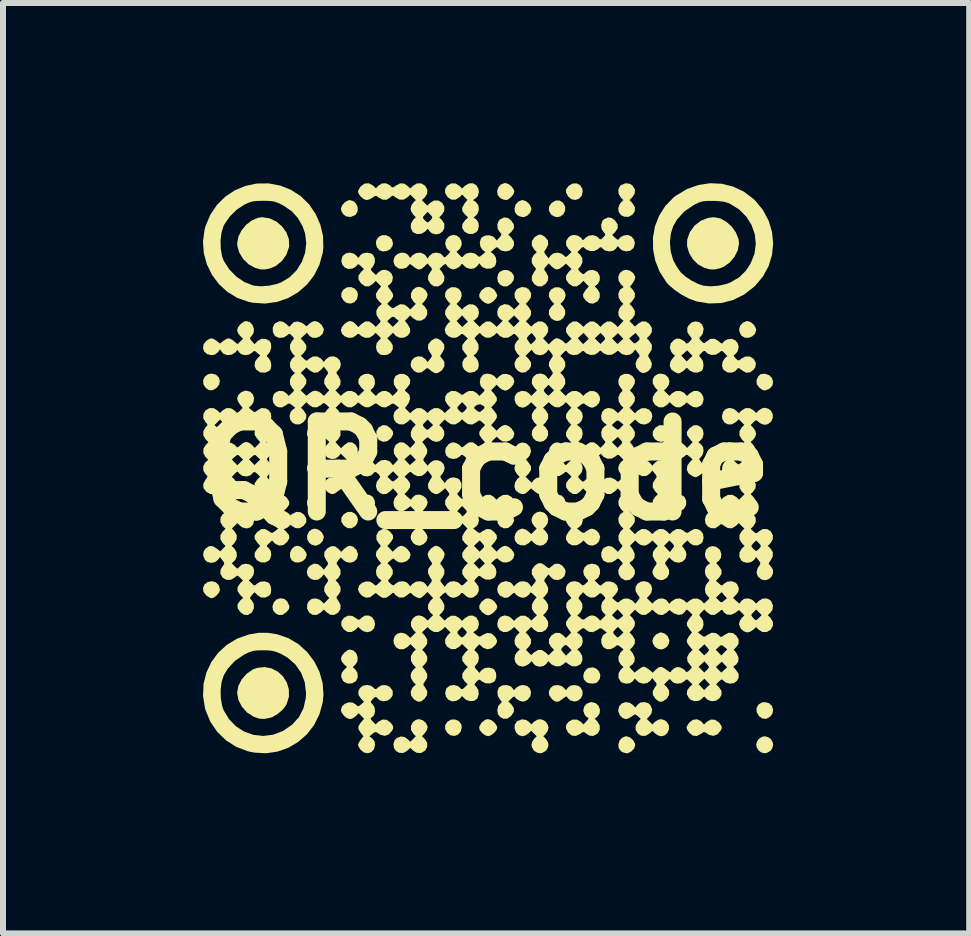
<source format=kicad_pcb>
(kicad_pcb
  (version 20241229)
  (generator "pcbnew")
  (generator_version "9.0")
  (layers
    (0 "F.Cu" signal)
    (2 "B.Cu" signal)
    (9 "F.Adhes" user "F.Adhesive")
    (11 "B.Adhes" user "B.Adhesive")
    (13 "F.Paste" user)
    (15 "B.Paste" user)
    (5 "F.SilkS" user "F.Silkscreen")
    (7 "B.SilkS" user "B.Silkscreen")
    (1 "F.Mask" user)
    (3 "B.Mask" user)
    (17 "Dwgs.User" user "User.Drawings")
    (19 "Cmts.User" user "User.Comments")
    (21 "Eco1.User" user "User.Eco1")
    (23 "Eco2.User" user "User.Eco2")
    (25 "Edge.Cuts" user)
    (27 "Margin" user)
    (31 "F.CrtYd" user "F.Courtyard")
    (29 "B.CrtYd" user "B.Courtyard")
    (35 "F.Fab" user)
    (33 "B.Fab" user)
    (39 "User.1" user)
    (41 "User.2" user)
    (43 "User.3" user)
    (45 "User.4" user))
  (footprint "QR_code"
    (layer "F.Cu")
    (at 5.05 4.795)
    (property "Reference" "QR_code" (at 0 0 0) (layer "F.SilkS") (effects (font (size 1.5 1.5) (thickness 0.3))))
    (attr board_only exclude_from_pos_files exclude_from_bom)
    (fp_poly (pts (xy -4.504 -1.603) (xy -4.456 -1.558) (xy -4.436 -1.498) (xy -4.449 -1.434) (xy -4.492 -1.381) (xy -4.558 -1.343) (xy -4.616 -1.343) (xy -4.671 -1.38) (xy -4.711 -1.442) (xy -4.715 -1.509) (xy -4.688 -1.568) (xy -4.634 -1.609) (xy -4.576 -1.62)) (stroke (width 0) (type solid)) (fill yes) (layer "F.SilkS"))
    (fp_poly (pts (xy -2.782 0.411) (xy -2.732 0.456) (xy -2.709 0.516) (xy -2.72 0.582) (xy -2.755 0.631) (xy -2.823 0.672) (xy -2.891 0.671) (xy -2.945 0.635) (xy -2.981 0.574) (xy -2.984 0.507) (xy -2.959 0.447) (xy -2.909 0.405) (xy -2.856 0.394)) (stroke (width 0) (type solid)) (fill yes) (layer "F.SilkS"))
    (fp_poly (pts (xy -2.19 0.71) (xy -2.15 0.756) (xy -2.134 0.814) (xy -2.148 0.877) (xy -2.179 0.92) (xy -2.243 0.958) (xy -2.311 0.954) (xy -2.372 0.913) (xy -2.413 0.846) (xy -2.411 0.78) (xy -2.372 0.723) (xy -2.308 0.686) (xy -2.245 0.684)) (stroke (width 0) (type solid)) (fill yes) (layer "F.SilkS"))
    (fp_poly (pts (xy -2.187 -3.035) (xy -2.146 -2.985) (xy -2.135 -2.933) (xy -2.152 -2.859) (xy -2.197 -2.808) (xy -2.257 -2.786) (xy -2.323 -2.796) (xy -2.372 -2.832) (xy -2.413 -2.899) (xy -2.411 -2.967) (xy -2.376 -3.022) (xy -2.314 -3.058) (xy -2.248 -3.061)) (stroke (width 0) (type solid)) (fill yes) (layer "F.SilkS"))
    (fp_poly (pts (xy -0.458 4.169) (xy -0.416 4.219) (xy -0.405 4.271) (xy -0.422 4.345) (xy -0.467 4.396) (xy -0.527 4.418) (xy -0.593 4.408) (xy -0.642 4.372) (xy -0.683 4.305) (xy -0.682 4.237) (xy -0.646 4.182) (xy -0.585 4.146) (xy -0.518 4.143)) (stroke (width 0) (type solid)) (fill yes) (layer "F.SilkS"))
    (fp_poly (pts (xy 0.364 -3.343) (xy 0.427 -3.306) (xy 0.465 -3.245) (xy 0.46 -3.18) (xy 0.417 -3.119) (xy 0.353 -3.074) (xy 0.29 -3.072) (xy 0.235 -3.1) (xy 0.197 -3.15) (xy 0.186 -3.217) (xy 0.202 -3.283) (xy 0.226 -3.314) (xy 0.291 -3.346)) (stroke (width 0) (type solid)) (fill yes) (layer "F.SilkS"))
    (fp_poly (pts (xy 1.226 -4.503) (xy 1.281 -4.467) (xy 1.317 -4.405) (xy 1.318 -4.338) (xy 1.289 -4.278) (xy 1.236 -4.237) (xy 1.182 -4.226) (xy 1.126 -4.241) (xy 1.084 -4.27) (xy 1.046 -4.334) (xy 1.049 -4.402) (xy 1.091 -4.463) (xy 1.159 -4.504)) (stroke (width 0) (type solid)) (fill yes) (layer "F.SilkS"))
    (fp_poly (pts (xy 2.956 -0.758) (xy 3.011 -0.723) (xy 3.046 -0.661) (xy 3.047 -0.594) (xy 3.019 -0.534) (xy 2.966 -0.493) (xy 2.912 -0.482) (xy 2.856 -0.497) (xy 2.814 -0.526) (xy 2.776 -0.59) (xy 2.779 -0.658) (xy 2.821 -0.719) (xy 2.888 -0.76)) (stroke (width 0) (type solid)) (fill yes) (layer "F.SilkS"))
    (fp_poly (pts (xy 4.714 3.872) (xy 4.762 3.917) (xy 4.783 3.98) (xy 4.771 4.046) (xy 4.736 4.094) (xy 4.67 4.133) (xy 4.604 4.128) (xy 4.547 4.088) (xy 4.508 4.021) (xy 4.506 3.954) (xy 4.536 3.897) (xy 4.594 3.861) (xy 4.642 3.854)) (stroke (width 0) (type solid)) (fill yes) (layer "F.SilkS"))
    (fp_poly (pts (xy -3.089 1.266) (xy -3.037 1.309) (xy -2.999 1.363) (xy -2.989 1.4) (xy -3.008 1.461) (xy -3.056 1.505) (xy -3.119 1.528) (xy -3.185 1.525) (xy -3.237 1.493) (xy -3.268 1.432) (xy -3.267 1.365) (xy -3.239 1.303) (xy -3.191 1.26) (xy -3.141 1.248)) (stroke (width 0) (type solid)) (fill yes) (layer "F.SilkS"))
    (fp_poly (pts (xy -2.783 -0.162) (xy -2.732 -0.117) (xy -2.705 -0.059) (xy -2.704 -0.046) (xy -2.723 0.018) (xy -2.769 0.069) (xy -2.831 0.095) (xy -2.879 0.092) (xy -2.945 0.054) (xy -2.979 -0.001) (xy -2.985 -0.063) (xy -2.963 -0.121) (xy -2.915 -0.164) (xy -2.843 -0.181)) (stroke (width 0) (type solid)) (fill yes) (layer "F.SilkS"))
    (fp_poly (pts (xy -1.892 0.43) (xy -1.857 0.492) (xy -1.85 0.542) (xy -1.868 0.612) (xy -1.899 0.645) (xy -1.967 0.675) (xy -2.029 0.665) (xy -2.081 0.625) (xy -2.126 0.562) (xy -2.128 0.503) (xy -2.087 0.444) (xy -2.084 0.442) (xy -2.016 0.401) (xy -1.949 0.399)) (stroke (width 0) (type solid)) (fill yes) (layer "F.SilkS"))
    (fp_poly (pts (xy -1.669 -3.926) (xy -1.611 -3.901) (xy -1.569 -3.855) (xy -1.552 -3.792) (xy -1.557 -3.755) (xy -1.591 -3.699) (xy -1.65 -3.664) (xy -1.719 -3.654) (xy -1.776 -3.673) (xy -1.821 -3.727) (xy -1.837 -3.798) (xy -1.829 -3.842) (xy -1.789 -3.9) (xy -1.732 -3.926)) (stroke (width 0) (type solid)) (fill yes) (layer "F.SilkS"))
    (fp_poly (pts (xy 1.258 0.412) (xy 1.304 0.459) (xy 1.324 0.521) (xy 1.313 0.588) (xy 1.281 0.635) (xy 1.217 0.673) (xy 1.149 0.67) (xy 1.088 0.628) (xy 1.054 0.577) (xy 1.04 0.53) (xy 1.06 0.469) (xy 1.109 0.42) (xy 1.175 0.395) (xy 1.19 0.394)) (stroke (width 0) (type solid)) (fill yes) (layer "F.SilkS"))
    (fp_poly (pts (xy 1.566 -4.759) (xy 1.602 -4.702) (xy 1.609 -4.653) (xy 1.592 -4.581) (xy 1.548 -4.533) (xy 1.487 -4.513) (xy 1.423 -4.525) (xy 1.37 -4.568) (xy 1.332 -4.635) (xy 1.333 -4.691) (xy 1.374 -4.747) (xy 1.375 -4.748) (xy 1.442 -4.787) (xy 1.509 -4.789)) (stroke (width 0) (type solid)) (fill yes) (layer "F.SilkS"))
    (fp_poly (pts (xy -2.788 0.982) (xy -2.735 1.029) (xy -2.706 1.089) (xy -2.704 1.107) (xy -2.724 1.171) (xy -2.773 1.223) (xy -2.837 1.248) (xy -2.847 1.248) (xy -2.903 1.233) (xy -2.945 1.204) (xy -2.98 1.144) (xy -2.982 1.077) (xy -2.954 1.016) (xy -2.903 0.975) (xy -2.851 0.963)) (stroke (width 0) (type solid)) (fill yes) (layer "F.SilkS"))
    (fp_poly (pts (xy -2.208 -4.492) (xy -2.163 -4.446) (xy -2.139 -4.385) (xy -2.141 -4.322) (xy -2.173 -4.268) (xy -2.184 -4.26) (xy -2.259 -4.229) (xy -2.331 -4.239) (xy -2.376 -4.27) (xy -2.409 -4.32) (xy -2.42 -4.365) (xy -2.401 -4.422) (xy -2.355 -4.474) (xy -2.297 -4.507) (xy -2.27 -4.511)) (stroke (width 0) (type solid)) (fill yes) (layer "F.SilkS"))
    (fp_poly (pts (xy -1.654 -0.754) (xy -1.597 -0.713) (xy -1.554 -0.658) (xy -1.549 -0.609) (xy -1.58 -0.551) (xy -1.589 -0.539) (xy -1.648 -0.493) (xy -1.716 -0.483) (xy -1.779 -0.51) (xy -1.795 -0.525) (xy -1.829 -0.59) (xy -1.828 -0.66) (xy -1.792 -0.721) (xy -1.785 -0.727) (xy -1.718 -0.762)) (stroke (width 0) (type solid)) (fill yes) (layer "F.SilkS"))
    (fp_poly (pts (xy 1.84 3.299) (xy 1.883 3.345) (xy 1.903 3.404) (xy 1.895 3.466) (xy 1.854 3.521) (xy 1.842 3.53) (xy 1.792 3.545) (xy 1.726 3.542) (xy 1.672 3.525) (xy 1.63 3.479) (xy 1.618 3.417) (xy 1.635 3.353) (xy 1.677 3.302) (xy 1.709 3.284) (xy 1.781 3.275)) (stroke (width 0) (type solid)) (fill yes) (layer "F.SilkS"))
    (fp_poly (pts (xy -4.502 1.859) (xy -4.453 1.91) (xy -4.434 1.984) (xy -4.434 1.985) (xy -4.451 2.031) (xy -4.493 2.079) (xy -4.543 2.115) (xy -4.576 2.124) (xy -4.611 2.111) (xy -4.658 2.081) (xy -4.661 2.079) (xy -4.708 2.02) (xy -4.718 1.956) (xy -4.696 1.898) (xy -4.644 1.855) (xy -4.57 1.839)) (stroke (width 0) (type solid)) (fill yes) (layer "F.SilkS"))
    (fp_poly (pts (xy -3.361 2.135) (xy -3.316 2.175) (xy -3.299 2.205) (xy -3.277 2.26) (xy -3.284 2.302) (xy -3.323 2.351) (xy -3.327 2.355) (xy -3.391 2.4) (xy -3.454 2.403) (xy -3.51 2.375) (xy -3.551 2.323) (xy -3.56 2.26) (xy -3.541 2.198) (xy -3.499 2.148) (xy -3.437 2.125) (xy -3.425 2.124)) (stroke (width 0) (type solid)) (fill yes) (layer "F.SilkS"))
    (fp_poly (pts (xy 0.375 -4.778) (xy 0.427 -4.736) (xy 0.463 -4.684) (xy 0.471 -4.653) (xy 0.454 -4.606) (xy 0.413 -4.557) (xy 0.364 -4.52) (xy 0.332 -4.511) (xy 0.277 -4.523) (xy 0.235 -4.545) (xy 0.193 -4.596) (xy 0.184 -4.659) (xy 0.203 -4.721) (xy 0.246 -4.77) (xy 0.309 -4.795) (xy 0.323 -4.795)) (stroke (width 0) (type solid)) (fill yes) (layer "F.SilkS"))
    (fp_poly (pts (xy 0.666 -4.492) (xy 0.719 -4.446) (xy 0.751 -4.388) (xy 0.755 -4.361) (xy 0.736 -4.303) (xy 0.689 -4.253) (xy 0.63 -4.227) (xy 0.618 -4.226) (xy 0.561 -4.239) (xy 0.519 -4.26) (xy 0.48 -4.31) (xy 0.473 -4.372) (xy 0.492 -4.435) (xy 0.534 -4.485) (xy 0.594 -4.51) (xy 0.609 -4.511)) (stroke (width 0) (type solid)) (fill yes) (layer "F.SilkS"))
    (fp_poly (pts (xy 2.396 4.442) (xy 2.449 4.488) (xy 2.481 4.545) (xy 2.485 4.571) (xy 2.467 4.626) (xy 2.421 4.676) (xy 2.364 4.705) (xy 2.344 4.708) (xy 2.291 4.695) (xy 2.249 4.674) (xy 2.21 4.624) (xy 2.203 4.561) (xy 2.222 4.499) (xy 2.264 4.449) (xy 2.324 4.424) (xy 2.339 4.423)) (stroke (width 0) (type solid)) (fill yes) (layer "F.SilkS"))
    (fp_poly (pts (xy 2.978 2.713) (xy 3.029 2.761) (xy 3.054 2.824) (xy 3.055 2.836) (xy 3.039 2.892) (xy 3.011 2.934) (xy 2.959 2.967) (xy 2.912 2.978) (xy 2.856 2.963) (xy 2.814 2.934) (xy 2.781 2.882) (xy 2.77 2.836) (xy 2.789 2.775) (xy 2.837 2.723) (xy 2.898 2.695) (xy 2.916 2.693)) (stroke (width 0) (type solid)) (fill yes) (layer "F.SilkS"))
    (fp_poly (pts (xy 4.411 -2.477) (xy 4.463 -2.431) (xy 4.496 -2.373) (xy 4.5 -2.347) (xy 4.482 -2.285) (xy 4.435 -2.24) (xy 4.374 -2.216) (xy 4.311 -2.218) (xy 4.257 -2.25) (xy 4.249 -2.26) (xy 4.223 -2.316) (xy 4.215 -2.359) (xy 4.234 -2.42) (xy 4.282 -2.47) (xy 4.342 -2.495) (xy 4.354 -2.496)) (stroke (width 0) (type solid)) (fill yes) (layer "F.SilkS"))
    (fp_poly (pts (xy 4.649 -1.616) (xy 4.718 -1.593) (xy 4.763 -1.546) (xy 4.782 -1.487) (xy 4.773 -1.426) (xy 4.732 -1.376) (xy 4.707 -1.361) (xy 4.654 -1.34) (xy 4.617 -1.342) (xy 4.574 -1.369) (xy 4.557 -1.381) (xy 4.51 -1.441) (xy 4.505 -1.509) (xy 4.535 -1.573) (xy 4.571 -1.608) (xy 4.623 -1.617)) (stroke (width 0) (type solid)) (fill yes) (layer "F.SilkS"))
    (fp_poly (pts (xy 4.699 4.438) (xy 4.741 4.467) (xy 4.774 4.519) (xy 4.784 4.565) (xy 4.769 4.622) (xy 4.741 4.664) (xy 4.688 4.697) (xy 4.642 4.708) (xy 4.585 4.693) (xy 4.544 4.664) (xy 4.51 4.612) (xy 4.5 4.565) (xy 4.515 4.509) (xy 4.544 4.467) (xy 4.596 4.434) (xy 4.642 4.423)) (stroke (width 0) (type solid)) (fill yes) (layer "F.SilkS"))
    (fp_poly (pts (xy 0.091 2.142) (xy 0.145 2.185) (xy 0.18 2.241) (xy 0.186 2.27) (xy 0.169 2.313) (xy 0.126 2.359) (xy 0.075 2.396) (xy 0.033 2.409) (xy -0.014 2.394) (xy -0.064 2.358) (xy -0.067 2.355) (xy -0.11 2.3) (xy -0.115 2.251) (xy -0.084 2.194) (xy -0.075 2.182) (xy -0.014 2.133) (xy 0.033 2.124)) (stroke (width 0) (type solid)) (fill yes) (layer "F.SilkS"))
    (fp_poly (pts (xy 0.091 4.156) (xy 0.145 4.2) (xy 0.18 4.255) (xy 0.186 4.285) (xy 0.169 4.327) (xy 0.126 4.374) (xy 0.075 4.41) (xy 0.033 4.423) (xy -0.014 4.408) (xy -0.064 4.372) (xy -0.067 4.369) (xy -0.11 4.315) (xy -0.115 4.266) (xy -0.084 4.208) (xy -0.075 4.196) (xy -0.014 4.148) (xy 0.033 4.138)) (stroke (width 0) (type solid)) (fill yes) (layer "F.SilkS"))
    (fp_poly (pts (xy 0.118 -3.032) (xy 0.141 -3.008) (xy 0.172 -2.959) (xy 0.186 -2.921) (xy 0.186 -2.919) (xy 0.169 -2.877) (xy 0.126 -2.83) (xy 0.075 -2.794) (xy 0.033 -2.781) (xy -0.014 -2.796) (xy -0.064 -2.832) (xy -0.067 -2.835) (xy -0.11 -2.889) (xy -0.115 -2.938) (xy -0.084 -2.996) (xy -0.075 -3.008) (xy -0.014 -3.056) (xy 0.053 -3.064)) (stroke (width 0) (type solid)) (fill yes) (layer "F.SilkS"))
    (fp_poly (pts (xy 1.273 -3.03) (xy 1.314 -2.977) (xy 1.325 -2.923) (xy 1.31 -2.867) (xy 1.281 -2.825) (xy 1.237 -2.781) (xy 1.281 -2.737) (xy 1.317 -2.675) (xy 1.318 -2.608) (xy 1.289 -2.548) (xy 1.236 -2.507) (xy 1.182 -2.496) (xy 1.126 -2.511) (xy 1.084 -2.54) (xy 1.046 -2.605) (xy 1.048 -2.675) (xy 1.088 -2.736) (xy 1.136 -2.781) (xy 1.088 -2.831) (xy 1.047 -2.899) (xy 1.048 -2.967) (xy 1.084 -3.022) (xy 1.145 -3.057) (xy 1.213 -3.058)) (stroke (width 0) (type solid)) (fill yes) (layer "F.SilkS"))
    (fp_poly (pts (xy 2.397 -4.782) (xy 2.441 -4.752) (xy 2.48 -4.688) (xy 2.476 -4.62) (xy 2.438 -4.561) (xy 2.39 -4.511) (xy 2.438 -4.46) (xy 2.479 -4.392) (xy 2.477 -4.324) (xy 2.441 -4.27) (xy 2.376 -4.232) (xy 2.302 -4.234) (xy 2.249 -4.26) (xy 2.21 -4.311) (xy 2.202 -4.378) (xy 2.226 -4.444) (xy 2.244 -4.467) (xy 2.288 -4.511) (xy 2.244 -4.554) (xy 2.208 -4.616) (xy 2.203 -4.684) (xy 2.23 -4.743) (xy 2.249 -4.761) (xy 2.325 -4.792)) (stroke (width 0) (type solid)) (fill yes) (layer "F.SilkS"))
    (fp_poly (pts (xy -1.901 2.439) (xy -1.862 2.494) (xy -1.85 2.557) (xy -1.868 2.626) (xy -1.914 2.672) (xy -1.976 2.69) (xy -2.043 2.675) (xy -2.082 2.648) (xy -2.131 2.602) (xy -2.177 2.648) (xy -2.242 2.687) (xy -2.31 2.685) (xy -2.372 2.643) (xy -2.413 2.575) (xy -2.411 2.509) (xy -2.372 2.453) (xy -2.304 2.414) (xy -2.232 2.418) (xy -2.174 2.452) (xy -2.134 2.48) (xy -2.11 2.481) (xy -2.082 2.455) (xy -2.08 2.452) (xy -2.021 2.413) (xy -1.958 2.411)) (stroke (width 0) (type solid)) (fill yes) (layer "F.SilkS"))
    (fp_poly (pts (xy 3.9 -4.206) (xy 4.002 -4.151) (xy 4.093 -4.069) (xy 4.163 -3.97) (xy 4.206 -3.86) (xy 4.214 -3.788) (xy 4.194 -3.675) (xy 4.139 -3.566) (xy 4.058 -3.47) (xy 3.959 -3.4) (xy 3.893 -3.373) (xy 3.806 -3.355) (xy 3.732 -3.356) (xy 3.649 -3.378) (xy 3.635 -3.383) (xy 3.531 -3.44) (xy 3.444 -3.527) (xy 3.381 -3.633) (xy 3.349 -3.747) (xy 3.35 -3.851) (xy 3.395 -3.978) (xy 3.473 -4.085) (xy 3.576 -4.166) (xy 3.698 -4.214) (xy 3.794 -4.226)) (stroke (width 0) (type solid)) (fill yes) (layer "F.SilkS"))
    (fp_poly (pts (xy -3.606 -4.206) (xy -3.494 -4.153) (xy -3.4 -4.072) (xy -3.328 -3.973) (xy -3.287 -3.861) (xy -3.282 -3.744) (xy -3.285 -3.725) (xy -3.328 -3.601) (xy -3.404 -3.494) (xy -3.504 -3.413) (xy -3.596 -3.373) (xy -3.684 -3.355) (xy -3.759 -3.356) (xy -3.843 -3.38) (xy -3.851 -3.382) (xy -3.958 -3.441) (xy -4.048 -3.529) (xy -4.114 -3.637) (xy -4.146 -3.752) (xy -4.148 -3.788) (xy -4.129 -3.899) (xy -4.076 -4.005) (xy -3.998 -4.1) (xy -3.902 -4.173) (xy -3.798 -4.217) (xy -3.729 -4.226)) (stroke (width 0) (type solid)) (fill yes) (layer "F.SilkS"))
    (fp_poly (pts (xy -3.573 3.293) (xy -3.469 3.348) (xy -3.383 3.428) (xy -3.321 3.528) (xy -3.287 3.642) (xy -3.285 3.762) (xy -3.322 3.884) (xy -3.329 3.899) (xy -3.386 3.976) (xy -3.469 4.049) (xy -3.559 4.102) (xy -3.596 4.115) (xy -3.698 4.135) (xy -3.785 4.129) (xy -3.876 4.097) (xy -3.985 4.026) (xy -4.071 3.929) (xy -4.128 3.816) (xy -4.149 3.698) (xy -4.149 3.696) (xy -4.128 3.584) (xy -4.072 3.475) (xy -3.989 3.381) (xy -3.888 3.311) (xy -3.818 3.284) (xy -3.691 3.27)) (stroke (width 0) (type solid)) (fill yes) (layer "F.SilkS"))
    (fp_poly (pts (xy -2.206 2.997) (xy -2.162 3.044) (xy -2.14 3.108) (xy -2.144 3.174) (xy -2.179 3.23) (xy -2.223 3.27) (xy -2.179 3.311) (xy -2.143 3.37) (xy -2.138 3.439) (xy -2.164 3.5) (xy -2.175 3.511) (xy -2.236 3.542) (xy -2.306 3.545) (xy -2.366 3.519) (xy -2.385 3.499) (xy -2.416 3.43) (xy -2.405 3.366) (xy -2.369 3.319) (xy -2.318 3.269) (xy -2.369 3.223) (xy -2.405 3.177) (xy -2.42 3.132) (xy -2.402 3.079) (xy -2.358 3.026) (xy -2.304 2.988) (xy -2.267 2.978)) (stroke (width 0) (type solid)) (fill yes) (layer "F.SilkS"))
    (fp_poly (pts (xy 1.259 3.587) (xy 1.292 3.613) (xy 1.332 3.657) (xy 1.362 3.613) (xy 1.41 3.579) (xy 1.475 3.569) (xy 1.54 3.585) (xy 1.573 3.609) (xy 1.607 3.671) (xy 1.606 3.735) (xy 1.578 3.791) (xy 1.53 3.831) (xy 1.47 3.845) (xy 1.405 3.825) (xy 1.4 3.822) (xy 1.362 3.79) (xy 1.347 3.764) (xy 1.332 3.761) (xy 1.296 3.784) (xy 1.279 3.797) (xy 1.217 3.841) (xy 1.167 3.849) (xy 1.118 3.823) (xy 1.094 3.8) (xy 1.049 3.736) (xy 1.046 3.673) (xy 1.074 3.618) (xy 1.125 3.579) (xy 1.192 3.569)) (stroke (width 0) (type solid)) (fill yes) (layer "F.SilkS"))
    (fp_poly (pts (xy 3.576 4.168) (xy 3.591 4.183) (xy 3.631 4.227) (xy 3.68 4.181) (xy 3.745 4.145) (xy 3.815 4.149) (xy 3.879 4.192) (xy 3.895 4.211) (xy 3.924 4.256) (xy 3.927 4.29) (xy 3.907 4.331) (xy 3.853 4.393) (xy 3.786 4.417) (xy 3.715 4.4) (xy 3.694 4.386) (xy 3.651 4.357) (xy 3.623 4.354) (xy 3.59 4.376) (xy 3.582 4.382) (xy 3.511 4.419) (xy 3.443 4.412) (xy 3.385 4.365) (xy 3.353 4.318) (xy 3.339 4.282) (xy 3.339 4.281) (xy 3.352 4.246) (xy 3.382 4.199) (xy 3.385 4.196) (xy 3.444 4.15) (xy 3.512 4.14)) (stroke (width 0) (type solid)) (fill yes) (layer "F.SilkS"))
    (fp_poly (pts (xy -1.054 4.157) (xy -1.002 4.203) (xy -0.975 4.261) (xy -0.974 4.274) (xy -0.989 4.324) (xy -1.022 4.373) (xy -1.07 4.423) (xy -1.022 4.468) (xy -0.982 4.531) (xy -0.981 4.601) (xy -1.018 4.664) (xy -1.083 4.702) (xy -1.154 4.7) (xy -1.217 4.662) (xy -1.263 4.616) (xy -1.312 4.662) (xy -1.378 4.702) (xy -1.448 4.699) (xy -1.495 4.674) (xy -1.535 4.622) (xy -1.545 4.556) (xy -1.526 4.492) (xy -1.495 4.457) (xy -1.422 4.426) (xy -1.354 4.438) (xy -1.312 4.469) (xy -1.263 4.515) (xy -1.217 4.469) (xy -1.171 4.423) (xy -1.215 4.379) (xy -1.251 4.318) (xy -1.252 4.251) (xy -1.223 4.19) (xy -1.17 4.149) (xy -1.117 4.138)) (stroke (width 0) (type solid)) (fill yes) (layer "F.SilkS"))
    (fp_poly (pts (xy 0.966 0.697) (xy 1.014 0.744) (xy 1.035 0.807) (xy 1.026 0.874) (xy 0.994 0.922) (xy 0.949 0.967) (xy 0.994 1.01) (xy 1.031 1.069) (xy 1.033 1.135) (xy 1.006 1.195) (xy 0.954 1.236) (xy 0.898 1.248) (xy 0.841 1.233) (xy 0.799 1.204) (xy 0.755 1.161) (xy 0.712 1.204) (xy 0.646 1.243) (xy 0.572 1.24) (xy 0.519 1.214) (xy 0.481 1.164) (xy 0.473 1.102) (xy 0.492 1.039) (xy 0.534 0.989) (xy 0.593 0.964) (xy 0.606 0.963) (xy 0.657 0.978) (xy 0.703 1.009) (xy 0.751 1.055) (xy 0.797 1.009) (xy 0.843 0.963) (xy 0.799 0.92) (xy 0.766 0.867) (xy 0.755 0.821) (xy 0.771 0.764) (xy 0.799 0.723) (xy 0.851 0.689) (xy 0.898 0.679)) (stroke (width 0) (type solid)) (fill yes) (layer "F.SilkS"))
    (fp_poly (pts (xy 1.512 0.687) (xy 1.561 0.713) (xy 1.6 0.764) (xy 1.611 0.83) (xy 1.593 0.894) (xy 1.562 0.928) (xy 1.515 0.962) (xy 1.567 1.004) (xy 1.606 1.032) (xy 1.634 1.032) (xy 1.672 1.005) (xy 1.722 0.975) (xy 1.763 0.963) (xy 1.823 0.983) (xy 1.873 1.03) (xy 1.899 1.09) (xy 1.9 1.102) (xy 1.882 1.173) (xy 1.838 1.222) (xy 1.777 1.246) (xy 1.713 1.239) (xy 1.664 1.204) (xy 1.624 1.16) (xy 1.577 1.204) (xy 1.509 1.241) (xy 1.435 1.242) (xy 1.37 1.206) (xy 1.369 1.204) (xy 1.331 1.145) (xy 1.334 1.083) (xy 1.371 1.02) (xy 1.418 0.961) (xy 1.371 0.911) (xy 1.331 0.846) (xy 1.334 0.783) (xy 1.375 0.726) (xy 1.443 0.685)) (stroke (width 0) (type solid)) (fill yes) (layer "F.SilkS"))
    (fp_poly (pts (xy 1.827 3.872) (xy 1.874 3.917) (xy 1.897 3.978) (xy 1.892 4.042) (xy 1.855 4.096) (xy 1.81 4.132) (xy 1.855 4.177) (xy 1.892 4.241) (xy 1.895 4.311) (xy 1.863 4.372) (xy 1.851 4.383) (xy 1.784 4.419) (xy 1.72 4.412) (xy 1.673 4.382) (xy 1.634 4.354) (xy 1.607 4.355) (xy 1.569 4.382) (xy 1.496 4.418) (xy 1.428 4.412) (xy 1.37 4.365) (xy 1.331 4.296) (xy 1.333 4.236) (xy 1.373 4.183) (xy 1.442 4.145) (xy 1.516 4.146) (xy 1.577 4.182) (xy 1.623 4.226) (xy 1.675 4.171) (xy 1.702 4.136) (xy 1.705 4.117) (xy 1.701 4.117) (xy 1.672 4.1) (xy 1.641 4.063) (xy 1.619 3.996) (xy 1.633 3.931) (xy 1.677 3.88) (xy 1.743 3.855) (xy 1.761 3.854)) (stroke (width 0) (type solid)) (fill yes) (layer "F.SilkS"))
    (fp_poly (pts (xy 0.954 4.154) (xy 0.996 4.182) (xy 1.029 4.234) (xy 1.04 4.281) (xy 1.025 4.337) (xy 0.996 4.379) (xy 0.953 4.423) (xy 0.996 4.467) (xy 1.029 4.519) (xy 1.04 4.565) (xy 1.025 4.622) (xy 0.996 4.664) (xy 0.944 4.697) (xy 0.898 4.708) (xy 0.841 4.693) (xy 0.799 4.664) (xy 0.766 4.612) (xy 0.755 4.565) (xy 0.771 4.509) (xy 0.799 4.467) (xy 0.843 4.423) (xy 0.797 4.377) (xy 0.751 4.332) (xy 0.703 4.377) (xy 0.652 4.411) (xy 0.606 4.423) (xy 0.544 4.405) (xy 0.499 4.359) (xy 0.475 4.298) (xy 0.477 4.234) (xy 0.509 4.181) (xy 0.519 4.173) (xy 0.595 4.141) (xy 0.667 4.151) (xy 0.712 4.182) (xy 0.755 4.226) (xy 0.799 4.182) (xy 0.851 4.149) (xy 0.898 4.138)) (stroke (width 0) (type solid)) (fill yes) (layer "F.SilkS"))
    (fp_poly (pts (xy -0.759 -2.175) (xy -0.747 -2.166) (xy -0.7 -2.107) (xy -0.695 -2.039) (xy -0.733 -1.966) (xy -0.733 -1.966) (xy -0.761 -1.926) (xy -0.762 -1.902) (xy -0.736 -1.874) (xy -0.733 -1.872) (xy -0.695 -1.812) (xy -0.695 -1.744) (xy -0.731 -1.681) (xy -0.747 -1.666) (xy -0.805 -1.629) (xy -0.852 -1.626) (xy -0.906 -1.658) (xy -0.923 -1.672) (xy -0.964 -1.705) (xy -0.989 -1.71) (xy -1.013 -1.69) (xy -1.017 -1.685) (xy -1.079 -1.639) (xy -1.146 -1.636) (xy -1.201 -1.665) (xy -1.249 -1.726) (xy -1.259 -1.772) (xy -1.241 -1.839) (xy -1.195 -1.886) (xy -1.133 -1.908) (xy -1.069 -1.901) (xy -1.014 -1.862) (xy -0.974 -1.813) (xy -0.933 -1.864) (xy -0.906 -1.902) (xy -0.906 -1.93) (xy -0.933 -1.968) (xy -0.97 -2.04) (xy -0.964 -2.108) (xy -0.917 -2.166) (xy -0.86 -2.203) (xy -0.813 -2.206)) (stroke (width 0) (type solid)) (fill yes) (layer "F.SilkS"))
    (fp_poly (pts (xy 0.685 3.586) (xy 0.731 3.63) (xy 0.749 3.69) (xy 0.738 3.755) (xy 0.694 3.812) (xy 0.678 3.823) (xy 0.63 3.846) (xy 0.583 3.841) (xy 0.56 3.832) (xy 0.511 3.805) (xy 0.484 3.775) (xy 0.469 3.76) (xy 0.44 3.776) (xy 0.422 3.794) (xy 0.371 3.843) (xy 0.421 3.891) (xy 0.463 3.954) (xy 0.462 4.018) (xy 0.417 4.084) (xy 0.417 4.085) (xy 0.353 4.13) (xy 0.29 4.132) (xy 0.235 4.104) (xy 0.197 4.054) (xy 0.186 3.987) (xy 0.203 3.92) (xy 0.228 3.888) (xy 0.257 3.859) (xy 0.254 3.836) (xy 0.228 3.808) (xy 0.195 3.749) (xy 0.188 3.679) (xy 0.21 3.617) (xy 0.221 3.604) (xy 0.274 3.575) (xy 0.342 3.57) (xy 0.404 3.588) (xy 0.433 3.613) (xy 0.464 3.657) (xy 0.504 3.613) (xy 0.563 3.577) (xy 0.616 3.569)) (stroke (width 0) (type solid)) (fill yes) (layer "F.SilkS"))
    (fp_poly (pts (xy 2.983 -1.603) (xy 3.033 -1.558) (xy 3.055 -1.497) (xy 3.044 -1.431) (xy 3.009 -1.382) (xy 2.963 -1.34) (xy 3.009 -1.294) (xy 3.055 -1.248) (xy 3.098 -1.292) (xy 3.161 -1.328) (xy 3.233 -1.331) (xy 3.296 -1.302) (xy 3.307 -1.292) (xy 3.347 -1.247) (xy 3.394 -1.292) (xy 3.46 -1.33) (xy 3.526 -1.331) (xy 3.582 -1.298) (xy 3.617 -1.237) (xy 3.624 -1.187) (xy 3.606 -1.117) (xy 3.575 -1.085) (xy 3.511 -1.055) (xy 3.45 -1.063) (xy 3.398 -1.096) (xy 3.341 -1.14) (xy 3.296 -1.096) (xy 3.232 -1.057) (xy 3.164 -1.06) (xy 3.107 -1.097) (xy 3.059 -1.143) (xy 3.013 -1.097) (xy 2.947 -1.057) (xy 2.877 -1.059) (xy 2.818 -1.096) (xy 2.777 -1.159) (xy 2.777 -1.229) (xy 2.816 -1.294) (xy 2.861 -1.34) (xy 2.816 -1.388) (xy 2.778 -1.454) (xy 2.776 -1.521) (xy 2.806 -1.578) (xy 2.864 -1.614) (xy 2.91 -1.62)) (stroke (width 0) (type solid)) (fill yes) (layer "F.SilkS"))
    (fp_poly (pts (xy -0.162 -4.758) (xy -0.127 -4.697) (xy -0.12 -4.647) (xy -0.138 -4.577) (xy -0.169 -4.545) (xy -0.218 -4.511) (xy -0.169 -4.477) (xy -0.13 -4.426) (xy -0.12 -4.358) (xy -0.139 -4.292) (xy -0.164 -4.259) (xy -0.208 -4.219) (xy -0.164 -4.189) (xy -0.13 -4.141) (xy -0.121 -4.076) (xy -0.136 -4.011) (xy -0.16 -3.978) (xy -0.225 -3.946) (xy -0.298 -3.949) (xy -0.361 -3.985) (xy -0.4 -4.047) (xy -0.395 -4.112) (xy -0.353 -4.171) (xy -0.301 -4.223) (xy -0.353 -4.272) (xy -0.396 -4.328) (xy -0.399 -4.383) (xy -0.363 -4.449) (xy -0.358 -4.455) (xy -0.311 -4.514) (xy -0.356 -4.559) (xy -0.4 -4.603) (xy -0.446 -4.557) (xy -0.512 -4.517) (xy -0.58 -4.519) (xy -0.642 -4.561) (xy -0.683 -4.629) (xy -0.682 -4.697) (xy -0.646 -4.752) (xy -0.581 -4.789) (xy -0.51 -4.788) (xy -0.447 -4.75) (xy -0.401 -4.704) (xy -0.352 -4.75) (xy -0.285 -4.789) (xy -0.218 -4.791)) (stroke (width 0) (type solid)) (fill yes) (layer "F.SilkS"))
    (fp_poly (pts (xy 2.7 3.871) (xy 2.736 3.902) (xy 2.767 3.975) (xy 2.755 4.043) (xy 2.724 4.086) (xy 2.678 4.135) (xy 2.724 4.18) (xy 2.77 4.226) (xy 2.814 4.182) (xy 2.866 4.149) (xy 2.912 4.138) (xy 2.969 4.154) (xy 3.011 4.182) (xy 3.046 4.243) (xy 3.047 4.31) (xy 3.02 4.37) (xy 2.969 4.412) (xy 2.916 4.423) (xy 2.863 4.409) (xy 2.818 4.378) (xy 2.77 4.334) (xy 2.722 4.378) (xy 2.654 4.417) (xy 2.584 4.415) (xy 2.529 4.379) (xy 2.491 4.314) (xy 2.493 4.243) (xy 2.531 4.18) (xy 2.577 4.134) (xy 2.531 4.091) (xy 2.497 4.064) (xy 2.472 4.062) (xy 2.435 4.088) (xy 2.427 4.093) (xy 2.375 4.125) (xy 2.33 4.138) (xy 2.329 4.138) (xy 2.274 4.119) (xy 2.227 4.071) (xy 2.202 4.008) (xy 2.201 3.989) (xy 2.219 3.92) (xy 2.265 3.874) (xy 2.328 3.855) (xy 2.395 3.866) (xy 2.443 3.9) (xy 2.489 3.945) (xy 2.521 3.9) (xy 2.571 3.862) (xy 2.637 3.853)) (stroke (width 0) (type solid)) (fill yes) (layer "F.SilkS"))
    (fp_poly (pts (xy 0.659 -0.462) (xy 0.68 -0.45) (xy 0.733 -0.393) (xy 0.749 -0.323) (xy 0.724 -0.252) (xy 0.693 -0.213) (xy 0.668 -0.197) (xy 0.668 -0.184) (xy 0.694 -0.152) (xy 0.702 -0.143) (xy 0.747 -0.077) (xy 0.748 -0.013) (xy 0.706 0.05) (xy 0.657 0.099) (xy 0.708 0.149) (xy 0.76 0.2) (xy 0.792 0.155) (xy 0.841 0.118) (xy 0.907 0.108) (xy 0.97 0.127) (xy 1.006 0.158) (xy 1.037 0.232) (xy 1.026 0.299) (xy 0.982 0.349) (xy 0.924 0.386) (xy 0.877 0.388) (xy 0.823 0.356) (xy 0.808 0.343) (xy 0.749 0.293) (xy 0.699 0.343) (xy 0.646 0.384) (xy 0.596 0.389) (xy 0.547 0.368) (xy 0.505 0.338) (xy 0.488 0.319) (xy 0.471 0.262) (xy 0.482 0.195) (xy 0.515 0.142) (xy 0.559 0.102) (xy 0.515 0.055) (xy 0.482 0.003) (xy 0.471 -0.044) (xy 0.485 -0.098) (xy 0.515 -0.143) (xy 0.559 -0.19) (xy 0.515 -0.23) (xy 0.476 -0.287) (xy 0.472 -0.35) (xy 0.495 -0.407) (xy 0.538 -0.451) (xy 0.595 -0.472)) (stroke (width 0) (type solid)) (fill yes) (layer "F.SilkS"))
    (fp_poly (pts (xy 3.575 -0.732) (xy 3.614 -0.681) (xy 3.624 -0.614) (xy 3.606 -0.548) (xy 3.58 -0.515) (xy 3.536 -0.475) (xy 3.58 -0.444) (xy 3.615 -0.396) (xy 3.624 -0.331) (xy 3.607 -0.266) (xy 3.582 -0.232) (xy 3.553 -0.202) (xy 3.556 -0.179) (xy 3.582 -0.151) (xy 3.613 -0.096) (xy 3.623 -0.028) (xy 3.609 0.031) (xy 3.607 0.035) (xy 3.58 0.059) (xy 3.538 0.087) (xy 3.5 0.106) (xy 3.488 0.108) (xy 3.465 0.1) (xy 3.434 0.087) (xy 3.372 0.043) (xy 3.344 -0.019) (xy 3.354 -0.088) (xy 3.39 -0.14) (xy 3.441 -0.191) (xy 3.391 -0.235) (xy 3.355 -0.264) (xy 3.331 -0.265) (xy 3.304 -0.238) (xy 3.248 -0.205) (xy 3.182 -0.202) (xy 3.119 -0.225) (xy 3.072 -0.27) (xy 3.055 -0.329) (xy 3.073 -0.382) (xy 3.116 -0.434) (xy 3.171 -0.472) (xy 3.208 -0.482) (xy 3.255 -0.467) (xy 3.302 -0.432) (xy 3.35 -0.382) (xy 3.396 -0.429) (xy 3.441 -0.476) (xy 3.39 -0.535) (xy 3.349 -0.595) (xy 3.345 -0.646) (xy 3.38 -0.699) (xy 3.393 -0.713) (xy 3.457 -0.758) (xy 3.52 -0.76)) (stroke (width 0) (type solid)) (fill yes) (layer "F.SilkS"))
    (fp_poly (pts (xy -3.484 2.724) (xy -3.473 2.727) (xy -3.288 2.792) (xy -3.122 2.892) (xy -2.98 3.022) (xy -2.863 3.177) (xy -2.777 3.349) (xy -2.724 3.535) (xy -2.71 3.728) (xy -2.722 3.858) (xy -2.777 4.057) (xy -2.866 4.236) (xy -2.985 4.39) (xy -3.13 4.517) (xy -3.295 4.615) (xy -3.476 4.679) (xy -3.668 4.707) (xy -3.868 4.695) (xy -3.972 4.673) (xy -4.165 4.599) (xy -4.336 4.49) (xy -4.481 4.349) (xy -4.595 4.181) (xy -4.674 3.99) (xy -4.685 3.952) (xy -4.717 3.749) (xy -4.712 3.646) (xy -4.423 3.646) (xy -4.421 3.781) (xy -4.401 3.909) (xy -4.374 3.989) (xy -4.284 4.138) (xy -4.168 4.258) (xy -4.03 4.346) (xy -3.877 4.4) (xy -3.715 4.418) (xy -3.551 4.398) (xy -3.39 4.337) (xy -3.382 4.333) (xy -3.233 4.231) (xy -3.119 4.105) (xy -3.043 3.956) (xy -3.005 3.788) (xy -3.001 3.701) (xy -3.022 3.524) (xy -3.083 3.364) (xy -3.18 3.225) (xy -3.312 3.111) (xy -3.424 3.047) (xy -3.501 3.016) (xy -3.575 2.998) (xy -3.662 2.991) (xy -3.722 2.991) (xy -3.818 2.993) (xy -3.888 3.003) (xy -3.952 3.024) (xy -4.027 3.061) (xy -4.036 3.065) (xy -4.188 3.169) (xy -4.308 3.302) (xy -4.374 3.414) (xy -4.407 3.518) (xy -4.423 3.646) (xy -4.712 3.646) (xy -4.708 3.551) (xy -4.661 3.362) (xy -4.579 3.188) (xy -4.465 3.032) (xy -4.322 2.901) (xy -4.154 2.799) (xy -3.962 2.73) (xy -3.95 2.727) (xy -3.79 2.699) (xy -3.642 2.699)) (stroke (width 0) (type solid)) (fill yes) (layer "F.SilkS"))
    (fp_poly (pts (xy -3.936 -2.477) (xy -3.892 -2.43) (xy -3.869 -2.366) (xy -3.873 -2.3) (xy -3.906 -2.247) (xy -3.933 -2.218) (xy -3.931 -2.195) (xy -3.903 -2.16) (xy -3.859 -2.11) (xy -3.806 -2.163) (xy -3.741 -2.2) (xy -3.669 -2.197) (xy -3.608 -2.163) (xy -3.584 -2.119) (xy -3.581 -2.056) (xy -3.597 -1.993) (xy -3.623 -1.954) (xy -3.653 -1.923) (xy -3.65 -1.902) (xy -3.623 -1.877) (xy -3.593 -1.83) (xy -3.58 -1.766) (xy -3.586 -1.705) (xy -3.607 -1.669) (xy -3.679 -1.636) (xy -3.756 -1.638) (xy -3.77 -1.643) (xy -3.832 -1.687) (xy -3.859 -1.749) (xy -3.85 -1.818) (xy -3.814 -1.87) (xy -3.763 -1.921) (xy -3.813 -1.965) (xy -3.849 -1.994) (xy -3.873 -1.994) (xy -3.9 -1.968) (xy -3.954 -1.935) (xy -4.021 -1.927) (xy -4.083 -1.945) (xy -4.112 -1.971) (xy -4.143 -2.015) (xy -4.182 -1.971) (xy -4.24 -1.935) (xy -4.309 -1.927) (xy -4.372 -1.948) (xy -4.4 -1.976) (xy -4.434 -2.024) (xy -4.468 -1.976) (xy -4.519 -1.936) (xy -4.574 -1.927) (xy -4.648 -1.944) (xy -4.698 -1.988) (xy -4.718 -2.047) (xy -4.706 -2.111) (xy -4.661 -2.166) (xy -4.604 -2.203) (xy -4.557 -2.206) (xy -4.504 -2.175) (xy -4.492 -2.166) (xy -4.434 -2.121) (xy -4.376 -2.166) (xy -4.318 -2.203) (xy -4.271 -2.205) (xy -4.217 -2.173) (xy -4.202 -2.161) (xy -4.143 -2.11) (xy -4.096 -2.155) (xy -4.05 -2.201) (xy -4.1 -2.249) (xy -4.135 -2.297) (xy -4.149 -2.343) (xy -4.132 -2.395) (xy -4.088 -2.448) (xy -4.034 -2.486) (xy -3.997 -2.496)) (stroke (width 0) (type solid)) (fill yes) (layer "F.SilkS"))
    (fp_poly (pts (xy -3.429 -4.752) (xy -3.254 -4.683) (xy -3.09 -4.578) (xy -2.951 -4.442) (xy -2.841 -4.28) (xy -2.762 -4.101) (xy -2.717 -3.911) (xy -2.712 -3.717) (xy -2.722 -3.634) (xy -2.777 -3.434) (xy -2.867 -3.255) (xy -2.987 -3.101) (xy -3.134 -2.974) (xy -3.301 -2.877) (xy -3.485 -2.814) (xy -3.681 -2.787) (xy -3.884 -2.8) (xy -3.961 -2.816) (xy -4.148 -2.882) (xy -4.314 -2.983) (xy -4.455 -3.114) (xy -4.569 -3.268) (xy -4.653 -3.44) (xy -4.704 -3.626) (xy -4.718 -3.819) (xy -4.716 -3.833) (xy -4.425 -3.833) (xy -4.421 -3.696) (xy -4.398 -3.57) (xy -4.372 -3.5) (xy -4.281 -3.358) (xy -4.163 -3.237) (xy -4.026 -3.144) (xy -3.88 -3.088) (xy -3.865 -3.084) (xy -3.748 -3.074) (xy -3.614 -3.085) (xy -3.484 -3.114) (xy -3.415 -3.14) (xy -3.272 -3.227) (xy -3.156 -3.343) (xy -3.07 -3.481) (xy -3.016 -3.633) (xy -2.997 -3.793) (xy -3.016 -3.953) (xy -3.058 -4.074) (xy -3.138 -4.214) (xy -3.237 -4.323) (xy -3.368 -4.414) (xy -3.388 -4.425) (xy -3.461 -4.462) (xy -3.521 -4.484) (xy -3.585 -4.495) (xy -3.669 -4.499) (xy -3.711 -4.499) (xy -3.813 -4.497) (xy -3.887 -4.489) (xy -3.951 -4.47) (xy -4.021 -4.439) (xy -4.152 -4.354) (xy -4.269 -4.24) (xy -4.359 -4.11) (xy -4.376 -4.077) (xy -4.41 -3.965) (xy -4.425 -3.833) (xy -4.716 -3.833) (xy -4.692 -4.015) (xy -4.675 -4.078) (xy -4.595 -4.268) (xy -4.483 -4.433) (xy -4.345 -4.569) (xy -4.185 -4.675) (xy -4.008 -4.748) (xy -3.82 -4.787) (xy -3.625 -4.789)) (stroke (width 0) (type solid)) (fill yes) (layer "F.SilkS"))
    (fp_poly (pts (xy 3.926 -4.783) (xy 4.116 -4.736) (xy 4.294 -4.652) (xy 4.455 -4.531) (xy 4.483 -4.504) (xy 4.614 -4.344) (xy 4.708 -4.167) (xy 4.764 -3.98) (xy 4.783 -3.789) (xy 4.764 -3.598) (xy 4.708 -3.412) (xy 4.614 -3.239) (xy 4.483 -3.082) (xy 4.471 -3.071) (xy 4.301 -2.938) (xy 4.117 -2.846) (xy 3.921 -2.796) (xy 3.716 -2.788) (xy 3.509 -2.822) (xy 3.387 -2.866) (xy 3.258 -2.934) (xy 3.137 -3.017) (xy 3.037 -3.104) (xy 3.004 -3.142) (xy 2.893 -3.315) (xy 2.819 -3.5) (xy 2.782 -3.692) (xy 2.781 -3.808) (xy 3.063 -3.808) (xy 3.075 -3.661) (xy 3.112 -3.527) (xy 3.122 -3.502) (xy 3.166 -3.42) (xy 3.217 -3.342) (xy 3.247 -3.304) (xy 3.324 -3.235) (xy 3.426 -3.168) (xy 3.534 -3.114) (xy 3.624 -3.084) (xy 3.74 -3.074) (xy 3.873 -3.084) (xy 4.002 -3.113) (xy 4.072 -3.139) (xy 4.215 -3.223) (xy 4.327 -3.332) (xy 4.409 -3.457) (xy 4.472 -3.618) (xy 4.494 -3.782) (xy 4.477 -3.943) (xy 4.423 -4.096) (xy 4.335 -4.236) (xy 4.214 -4.356) (xy 4.062 -4.451) (xy 4.04 -4.461) (xy 3.96 -4.484) (xy 3.843 -4.496) (xy 3.777 -4.497) (xy 3.681 -4.497) (xy 3.613 -4.49) (xy 3.554 -4.474) (xy 3.49 -4.444) (xy 3.453 -4.424) (xy 3.302 -4.321) (xy 3.184 -4.19) (xy 3.117 -4.076) (xy 3.078 -3.952) (xy 3.063 -3.808) (xy 2.781 -3.808) (xy 2.78 -3.885) (xy 2.814 -4.074) (xy 2.883 -4.251) (xy 2.986 -4.413) (xy 3.122 -4.553) (xy 3.165 -4.586) (xy 3.345 -4.694) (xy 3.535 -4.762) (xy 3.731 -4.792)) (stroke (width 0) (type solid)) (fill yes) (layer "F.SilkS"))
    (fp_poly (pts (xy -2.209 1.268) (xy -2.161 1.317) (xy -2.136 1.381) (xy -2.135 1.398) (xy -2.153 1.466) (xy -2.199 1.512) (xy -2.262 1.532) (xy -2.329 1.52) (xy -2.377 1.488) (xy -2.422 1.443) (xy -2.463 1.493) (xy -2.49 1.531) (xy -2.488 1.557) (xy -2.462 1.589) (xy -2.426 1.654) (xy -2.426 1.724) (xy -2.463 1.785) (xy -2.464 1.785) (xy -2.508 1.825) (xy -2.464 1.872) (xy -2.426 1.938) (xy -2.426 2.007) (xy -2.461 2.067) (xy -2.463 2.069) (xy -2.491 2.098) (xy -2.492 2.121) (xy -2.466 2.159) (xy -2.463 2.163) (xy -2.425 2.237) (xy -2.429 2.308) (xy -2.467 2.364) (xy -2.533 2.403) (xy -2.598 2.398) (xy -2.654 2.361) (xy -2.704 2.313) (xy -2.755 2.361) (xy -2.823 2.402) (xy -2.891 2.4) (xy -2.945 2.365) (xy -2.983 2.299) (xy -2.981 2.225) (xy -2.955 2.173) (xy -2.904 2.134) (xy -2.837 2.126) (xy -2.771 2.149) (xy -2.748 2.168) (xy -2.704 2.212) (xy -2.658 2.166) (xy -2.613 2.12) (xy -2.658 2.071) (xy -2.698 2.005) (xy -2.695 1.935) (xy -2.663 1.88) (xy -2.635 1.841) (xy -2.636 1.813) (xy -2.663 1.776) (xy -2.704 1.725) (xy -2.744 1.774) (xy -2.8 1.814) (xy -2.865 1.82) (xy -2.926 1.798) (xy -2.972 1.75) (xy -2.989 1.684) (xy -2.968 1.617) (xy -2.931 1.578) (xy -2.863 1.545) (xy -2.798 1.557) (xy -2.743 1.603) (xy -2.704 1.647) (xy -2.663 1.596) (xy -2.635 1.558) (xy -2.636 1.53) (xy -2.663 1.492) (xy -2.699 1.419) (xy -2.694 1.352) (xy -2.647 1.293) (xy -2.579 1.255) (xy -2.521 1.257) (xy -2.463 1.299) (xy -2.414 1.35) (xy -2.363 1.299) (xy -2.314 1.263) (xy -2.268 1.248) (xy -2.267 1.248)) (stroke (width 0) (type solid)) (fill yes) (layer "F.SilkS"))
    (fp_poly (pts (xy -1.917 3.583) (xy -1.88 3.61) (xy -1.852 3.638) (xy -1.83 3.635) (xy -1.804 3.61) (xy -1.74 3.573) (xy -1.67 3.571) (xy -1.606 3.6) (xy -1.562 3.657) (xy -1.555 3.68) (xy -1.558 3.744) (xy -1.593 3.796) (xy -1.648 3.83) (xy -1.712 3.841) (xy -1.773 3.824) (xy -1.804 3.797) (xy -1.831 3.77) (xy -1.853 3.772) (xy -1.886 3.803) (xy -1.918 3.838) (xy -1.919 3.861) (xy -1.892 3.889) (xy -1.859 3.941) (xy -1.85 4.007) (xy -1.865 4.067) (xy -1.893 4.099) (xy -1.921 4.12) (xy -1.921 4.14) (xy -1.891 4.175) (xy -1.889 4.176) (xy -1.842 4.226) (xy -1.794 4.181) (xy -1.729 4.145) (xy -1.659 4.149) (xy -1.595 4.192) (xy -1.579 4.211) (xy -1.55 4.256) (xy -1.548 4.29) (xy -1.567 4.331) (xy -1.621 4.393) (xy -1.688 4.417) (xy -1.759 4.4) (xy -1.78 4.386) (xy -1.823 4.357) (xy -1.851 4.354) (xy -1.885 4.376) (xy -1.893 4.383) (xy -1.945 4.425) (xy -1.898 4.458) (xy -1.858 4.51) (xy -1.85 4.563) (xy -1.867 4.637) (xy -1.911 4.687) (xy -1.97 4.707) (xy -2.035 4.695) (xy -2.09 4.65) (xy -2.121 4.603) (xy -2.135 4.567) (xy -2.135 4.565) (xy -2.122 4.531) (xy -2.092 4.484) (xy -2.09 4.481) (xy -2.044 4.423) (xy -2.09 4.365) (xy -2.126 4.308) (xy -2.129 4.26) (xy -2.097 4.206) (xy -2.084 4.191) (xy -2.033 4.132) (xy -2.079 4.085) (xy -2.124 4.039) (xy -2.172 4.089) (xy -2.221 4.124) (xy -2.266 4.138) (xy -2.319 4.121) (xy -2.372 4.077) (xy -2.41 4.023) (xy -2.42 3.986) (xy -2.401 3.925) (xy -2.353 3.881) (xy -2.289 3.858) (xy -2.224 3.862) (xy -2.17 3.895) (xy -2.142 3.922) (xy -2.118 3.92) (xy -2.083 3.892) (xy -2.033 3.848) (xy -2.084 3.797) (xy -2.127 3.734) (xy -2.128 3.67) (xy -2.101 3.618) (xy -2.051 3.58) (xy -1.983 3.568)) (stroke (width 0) (type solid)) (fill yes) (layer "F.SilkS"))
    (fp_poly (pts (xy -1.891 -4.758) (xy -1.883 -4.751) (xy -1.836 -4.707) (xy -1.796 -4.751) (xy -1.737 -4.788) (xy -1.668 -4.791) (xy -1.606 -4.759) (xy -1.599 -4.752) (xy -1.57 -4.724) (xy -1.546 -4.723) (xy -1.509 -4.749) (xy -1.505 -4.752) (xy -1.432 -4.79) (xy -1.364 -4.785) (xy -1.312 -4.75) (xy -1.263 -4.704) (xy -1.217 -4.75) (xy -1.152 -4.789) (xy -1.08 -4.789) (xy -1.018 -4.752) (xy -0.98 -4.687) (xy -0.982 -4.617) (xy -1.023 -4.555) (xy -1.071 -4.51) (xy -1.025 -4.464) (xy -0.979 -4.418) (xy -0.933 -4.464) (xy -0.867 -4.504) (xy -0.796 -4.504) (xy -0.734 -4.467) (xy -0.696 -4.402) (xy -0.697 -4.331) (xy -0.736 -4.268) (xy -0.781 -4.222) (xy -0.736 -4.179) (xy -0.696 -4.116) (xy -0.697 -4.044) (xy -0.724 -3.99) (xy -0.774 -3.951) (xy -0.84 -3.94) (xy -0.903 -3.957) (xy -0.938 -3.987) (xy -0.97 -4.033) (xy -1.016 -3.987) (xy -1.078 -3.95) (xy -1.148 -3.944) (xy -1.21 -3.97) (xy -1.223 -3.981) (xy -1.255 -4.046) (xy -1.252 -4.119) (xy -1.215 -4.182) (xy -1.171 -4.226) (xy -1.179 -4.233) (xy -1.05 -4.233) (xy -1.05 -4.208) (xy -1.028 -4.18) (xy -0.994 -4.149) (xy -0.974 -4.138) (xy -0.95 -4.153) (xy -0.921 -4.18) (xy -0.897 -4.213) (xy -0.902 -4.238) (xy -0.929 -4.268) (xy -0.974 -4.314) (xy -1.02 -4.268) (xy -1.05 -4.233) (xy -1.179 -4.233) (xy -1.215 -4.27) (xy -1.248 -4.322) (xy -1.259 -4.368) (xy -1.244 -4.425) (xy -1.215 -4.467) (xy -1.171 -4.511) (xy -1.217 -4.556) (xy -1.263 -4.602) (xy -1.312 -4.556) (xy -1.378 -4.517) (xy -1.447 -4.52) (xy -1.505 -4.554) (xy -1.544 -4.582) (xy -1.568 -4.583) (xy -1.596 -4.557) (xy -1.599 -4.554) (xy -1.659 -4.516) (xy -1.728 -4.519) (xy -1.788 -4.552) (xy -1.827 -4.579) (xy -1.854 -4.579) (xy -1.891 -4.552) (xy -1.946 -4.522) (xy -1.993 -4.511) (xy -2.041 -4.528) (xy -2.09 -4.57) (xy -2.126 -4.621) (xy -2.135 -4.653) (xy -2.122 -4.688) (xy -2.092 -4.735) (xy -2.09 -4.738) (xy -2.029 -4.785) (xy -1.959 -4.792)) (stroke (width 0) (type solid)) (fill yes) (layer "F.SilkS"))
    (fp_poly (pts (xy -4.254 0.686) (xy -4.191 0.725) (xy -4.145 0.77) (xy -4.097 0.725) (xy -4.031 0.686) (xy -3.964 0.685) (xy -3.907 0.716) (xy -3.871 0.774) (xy -3.865 0.821) (xy -3.882 0.894) (xy -3.928 0.942) (xy -3.99 0.961) (xy -4.058 0.945) (xy -4.097 0.918) (xy -4.145 0.872) (xy -4.191 0.918) (xy -4.237 0.963) (xy -4.193 1.007) (xy -4.155 1.072) (xy -4.157 1.143) (xy -4.195 1.206) (xy -4.241 1.252) (xy -4.195 1.295) (xy -4.158 1.356) (xy -4.153 1.426) (xy -4.183 1.49) (xy -4.194 1.5) (xy -4.238 1.54) (xy -4.189 1.592) (xy -4.154 1.624) (xy -4.134 1.626) (xy -4.121 1.609) (xy -4.074 1.564) (xy -4.009 1.548) (xy -3.942 1.56) (xy -3.887 1.599) (xy -3.881 1.607) (xy -3.865 1.666) (xy -3.876 1.733) (xy -3.909 1.785) (xy -3.953 1.825) (xy -3.907 1.874) (xy -3.873 1.906) (xy -3.85 1.908) (xy -3.819 1.881) (xy -3.76 1.848) (xy -3.69 1.842) (xy -3.628 1.863) (xy -3.614 1.874) (xy -3.59 1.921) (xy -3.581 1.984) (xy -3.589 2.044) (xy -3.608 2.076) (xy -3.679 2.113) (xy -3.752 2.11) (xy -3.806 2.075) (xy -3.859 2.023) (xy -3.903 2.072) (xy -3.932 2.109) (xy -3.932 2.132) (xy -3.906 2.159) (xy -3.872 2.217) (xy -3.869 2.287) (xy -3.897 2.352) (xy -3.909 2.365) (xy -3.97 2.403) (xy -4.035 2.398) (xy -4.096 2.355) (xy -4.141 2.289) (xy -4.142 2.225) (xy -4.1 2.165) (xy -4.099 2.163) (xy -4.048 2.118) (xy -4.099 2.067) (xy -4.142 2.002) (xy -4.141 1.937) (xy -4.1 1.877) (xy -4.051 1.828) (xy -4.098 1.782) (xy -4.133 1.751) (xy -4.156 1.75) (xy -4.189 1.779) (xy -4.189 1.779) (xy -4.252 1.816) (xy -4.322 1.818) (xy -4.384 1.786) (xy -4.394 1.774) (xy -4.43 1.709) (xy -4.423 1.645) (xy -4.393 1.595) (xy -4.365 1.556) (xy -4.366 1.529) (xy -4.394 1.49) (xy -4.436 1.438) (xy -4.469 1.485) (xy -4.52 1.524) (xy -4.586 1.534) (xy -4.65 1.516) (xy -4.685 1.484) (xy -4.716 1.409) (xy -4.705 1.338) (xy -4.671 1.293) (xy -4.613 1.255) (xy -4.556 1.256) (xy -4.49 1.295) (xy -4.43 1.342) (xy -4.386 1.297) (xy -4.342 1.253) (xy -4.388 1.207) (xy -4.427 1.142) (xy -4.427 1.072) (xy -4.388 1.01) (xy -4.342 0.967) (xy -4.388 0.922) (xy -4.427 0.856) (xy -4.427 0.785) (xy -4.39 0.723) (xy -4.325 0.685)) (stroke (width 0) (type solid)) (fill yes) (layer "F.SilkS"))
    (fp_poly (pts (xy 3.55 -2.478) (xy 3.599 -2.439) (xy 3.623 -2.374) (xy 3.624 -2.357) (xy 3.61 -2.287) (xy 3.582 -2.246) (xy 3.555 -2.218) (xy 3.557 -2.195) (xy 3.588 -2.161) (xy 3.623 -2.13) (xy 3.645 -2.129) (xy 3.668 -2.15) (xy 3.732 -2.196) (xy 3.802 -2.201) (xy 3.869 -2.165) (xy 3.875 -2.159) (xy 3.916 -2.125) (xy 3.937 -2.123) (xy 3.944 -2.133) (xy 3.971 -2.163) (xy 4.019 -2.19) (xy 4.09 -2.2) (xy 4.15 -2.176) (xy 4.192 -2.127) (xy 4.209 -2.064) (xy 4.192 -1.995) (xy 4.184 -1.981) (xy 4.152 -1.942) (xy 4.128 -1.927) (xy 4.127 -1.914) (xy 4.151 -1.881) (xy 4.156 -1.876) (xy 4.191 -1.843) (xy 4.215 -1.84) (xy 4.249 -1.865) (xy 4.252 -1.868) (xy 4.32 -1.904) (xy 4.391 -1.905) (xy 4.452 -1.87) (xy 4.46 -1.862) (xy 4.496 -1.794) (xy 4.488 -1.73) (xy 4.461 -1.69) (xy 4.4 -1.64) (xy 4.336 -1.634) (xy 4.268 -1.671) (xy 4.264 -1.674) (xy 4.22 -1.708) (xy 4.196 -1.712) (xy 4.185 -1.697) (xy 4.149 -1.657) (xy 4.091 -1.636) (xy 4.029 -1.638) (xy 4.011 -1.646) (xy 3.967 -1.675) (xy 3.947 -1.695) (xy 3.931 -1.753) (xy 3.942 -1.82) (xy 3.975 -1.872) (xy 4.019 -1.912) (xy 3.973 -1.961) (xy 3.939 -1.994) (xy 3.916 -1.996) (xy 3.885 -1.969) (xy 3.825 -1.935) (xy 3.754 -1.93) (xy 3.692 -1.954) (xy 3.675 -1.969) (xy 3.648 -1.997) (xy 3.625 -1.996) (xy 3.59 -1.966) (xy 3.589 -1.964) (xy 3.556 -1.93) (xy 3.554 -1.907) (xy 3.58 -1.878) (xy 3.582 -1.877) (xy 3.613 -1.825) (xy 3.623 -1.758) (xy 3.612 -1.695) (xy 3.59 -1.663) (xy 3.528 -1.637) (xy 3.457 -1.64) (xy 3.395 -1.669) (xy 3.381 -1.683) (xy 3.35 -1.714) (xy 3.33 -1.71) (xy 3.324 -1.701) (xy 3.297 -1.673) (xy 3.255 -1.643) (xy 3.216 -1.624) (xy 3.204 -1.622) (xy 3.181 -1.63) (xy 3.149 -1.642) (xy 3.087 -1.687) (xy 3.06 -1.749) (xy 3.07 -1.818) (xy 3.108 -1.873) (xy 3.138 -1.908) (xy 3.142 -1.919) (xy 3.251 -1.919) (xy 3.297 -1.871) (xy 3.342 -1.822) (xy 3.391 -1.869) (xy 3.439 -1.916) (xy 3.395 -1.961) (xy 3.35 -2.007) (xy 3.301 -1.963) (xy 3.251 -1.919) (xy 3.142 -1.919) (xy 3.144 -1.926) (xy 3.142 -1.927) (xy 3.116 -1.943) (xy 3.086 -1.981) (xy 3.061 -2.053) (xy 3.077 -2.123) (xy 3.131 -2.181) (xy 3.132 -2.181) (xy 3.18 -2.204) (xy 3.227 -2.199) (xy 3.25 -2.19) (xy 3.299 -2.162) (xy 3.326 -2.133) (xy 3.341 -2.118) (xy 3.37 -2.134) (xy 3.389 -2.151) (xy 3.422 -2.187) (xy 3.425 -2.211) (xy 3.402 -2.238) (xy 3.355 -2.307) (xy 3.351 -2.378) (xy 3.371 -2.42) (xy 3.424 -2.472) (xy 3.488 -2.49)) (stroke (width 0) (type solid)) (fill yes) (layer "F.SilkS"))
    (fp_poly (pts (xy 0.365 -4.212) (xy 0.417 -4.172) (xy 0.462 -4.106) (xy 0.464 -4.042) (xy 0.422 -3.982) (xy 0.42 -3.98) (xy 0.369 -3.935) (xy 0.42 -3.885) (xy 0.463 -3.821) (xy 0.464 -3.757) (xy 0.437 -3.705) (xy 0.387 -3.668) (xy 0.319 -3.656) (xy 0.253 -3.67) (xy 0.217 -3.697) (xy 0.191 -3.723) (xy 0.167 -3.721) (xy 0.13 -3.692) (xy 0.078 -3.646) (xy 0.125 -3.61) (xy 0.161 -3.558) (xy 0.171 -3.489) (xy 0.154 -3.424) (xy 0.136 -3.4) (xy 0.078 -3.37) (xy 0.007 -3.367) (xy -0.057 -3.392) (xy -0.078 -3.412) (xy -0.116 -3.459) (xy -0.147 -3.412) (xy -0.196 -3.374) (xy -0.261 -3.364) (xy -0.326 -3.383) (xy -0.365 -3.414) (xy -0.395 -3.446) (xy -0.412 -3.443) (xy -0.417 -3.431) (xy -0.445 -3.4) (xy -0.494 -3.371) (xy -0.548 -3.356) (xy -0.593 -3.369) (xy -0.613 -3.381) (xy -0.652 -3.414) (xy -0.668 -3.442) (xy -0.681 -3.446) (xy -0.714 -3.424) (xy -0.722 -3.417) (xy -0.776 -3.366) (xy -0.733 -3.311) (xy -0.695 -3.237) (xy -0.699 -3.166) (xy -0.738 -3.11) (xy -0.804 -3.071) (xy -0.87 -3.076) (xy -0.927 -3.116) (xy -0.968 -3.184) (xy -0.965 -3.253) (xy -0.932 -3.309) (xy -0.904 -3.348) (xy -0.905 -3.373) (xy -0.934 -3.408) (xy -0.977 -3.455) (xy -1.03 -3.402) (xy -1.082 -3.361) (xy -1.131 -3.355) (xy -1.187 -3.385) (xy -1.211 -3.405) (xy -1.255 -3.438) (xy -1.278 -3.442) (xy -1.289 -3.426) (xy -1.325 -3.387) (xy -1.383 -3.366) (xy -1.445 -3.368) (xy -1.463 -3.375) (xy -1.518 -3.416) (xy -1.541 -3.469) (xy -1.543 -3.506) (xy -1.525 -3.567) (xy -1.48 -3.611) (xy -1.419 -3.635) (xy -1.356 -3.632) (xy -1.303 -3.6) (xy -1.297 -3.591) (xy -1.266 -3.547) (xy -1.226 -3.591) (xy -1.169 -3.627) (xy -1.1 -3.635) (xy -1.037 -3.613) (xy -1.008 -3.586) (xy -0.974 -3.537) (xy -0.94 -3.586) (xy -0.89 -3.625) (xy -0.825 -3.636) (xy -0.761 -3.62) (xy -0.726 -3.59) (xy -0.704 -3.561) (xy -0.684 -3.56) (xy -0.652 -3.587) (xy -0.638 -3.601) (xy -0.607 -3.637) (xy -0.6 -3.656) (xy -0.603 -3.657) (xy -0.628 -3.673) (xy -0.659 -3.711) (xy -0.683 -3.783) (xy -0.667 -3.853) (xy -0.614 -3.91) (xy -0.549 -3.932) (xy -0.489 -3.92) (xy -0.44 -3.882) (xy -0.411 -3.828) (xy -0.406 -3.766) (xy -0.433 -3.706) (xy -0.449 -3.689) (xy -0.493 -3.649) (xy -0.446 -3.599) (xy -0.412 -3.565) (xy -0.391 -3.562) (xy -0.369 -3.589) (xy -0.367 -3.591) (xy -0.32 -3.625) (xy -0.255 -3.635) (xy -0.19 -3.622) (xy -0.151 -3.594) (xy -0.125 -3.569) (xy -0.102 -3.57) (xy -0.064 -3.6) (xy -0.012 -3.646) (xy -0.059 -3.681) (xy -0.095 -3.734) (xy -0.105 -3.802) (xy -0.088 -3.867) (xy -0.07 -3.891) (xy -0.014 -3.921) (xy 0.056 -3.924) (xy 0.12 -3.902) (xy 0.142 -3.882) (xy 0.178 -3.837) (xy 0.223 -3.888) (xy 0.253 -3.925) (xy 0.254 -3.949) (xy 0.227 -3.977) (xy 0.193 -4.033) (xy 0.187 -4.101) (xy 0.208 -4.164) (xy 0.235 -4.192) (xy 0.303 -4.223)) (stroke (width 0) (type solid)) (fill yes) (layer "F.SilkS"))
    (fp_poly (pts (xy 2.095 -4.212) (xy 2.147 -4.172) (xy 2.192 -4.106) (xy 2.193 -4.042) (xy 2.151 -3.979) (xy 2.151 -3.979) (xy 2.101 -3.93) (xy 2.151 -3.881) (xy 2.189 -3.851) (xy 2.208 -3.853) (xy 2.214 -3.863) (xy 2.241 -3.892) (xy 2.29 -3.92) (xy 2.36 -3.93) (xy 2.42 -3.906) (xy 2.462 -3.857) (xy 2.479 -3.794) (xy 2.462 -3.725) (xy 2.454 -3.711) (xy 2.403 -3.668) (xy 2.335 -3.656) (xy 2.268 -3.673) (xy 2.233 -3.701) (xy 2.194 -3.744) (xy 2.163 -3.701) (xy 2.116 -3.666) (xy 2.05 -3.656) (xy 1.985 -3.67) (xy 1.946 -3.698) (xy 1.918 -3.726) (xy 1.896 -3.722) (xy 1.87 -3.698) (xy 1.808 -3.664) (xy 1.734 -3.661) (xy 1.668 -3.688) (xy 1.655 -3.699) (xy 1.624 -3.726) (xy 1.601 -3.724) (xy 1.567 -3.691) (xy 1.521 -3.642) (xy 1.565 -3.602) (xy 1.602 -3.543) (xy 1.605 -3.473) (xy 1.575 -3.409) (xy 1.566 -3.399) (xy 1.537 -3.369) (xy 1.538 -3.346) (xy 1.569 -3.314) (xy 1.572 -3.311) (xy 1.608 -3.279) (xy 1.631 -3.278) (xy 1.657 -3.304) (xy 1.659 -3.307) (xy 1.715 -3.342) (xy 1.784 -3.347) (xy 1.847 -3.32) (xy 1.861 -3.307) (xy 1.894 -3.244) (xy 1.894 -3.174) (xy 1.863 -3.116) (xy 1.855 -3.108) (xy 1.81 -3.072) (xy 1.855 -3.027) (xy 1.892 -2.963) (xy 1.895 -2.893) (xy 1.863 -2.832) (xy 1.851 -2.821) (xy 1.784 -2.785) (xy 1.72 -2.793) (xy 1.663 -2.835) (xy 1.62 -2.89) (xy 1.615 -2.94) (xy 1.648 -2.997) (xy 1.66 -3.013) (xy 1.711 -3.072) (xy 1.666 -3.118) (xy 1.62 -3.165) (xy 1.572 -3.115) (xy 1.509 -3.073) (xy 1.445 -3.074) (xy 1.379 -3.119) (xy 1.378 -3.119) (xy 1.333 -3.185) (xy 1.332 -3.25) (xy 1.374 -3.313) (xy 1.375 -3.313) (xy 1.424 -3.361) (xy 1.378 -3.406) (xy 1.331 -3.452) (xy 1.272 -3.401) (xy 1.211 -3.36) (xy 1.16 -3.356) (xy 1.108 -3.391) (xy 1.095 -3.402) (xy 1.043 -3.455) (xy 0.999 -3.408) (xy 0.971 -3.373) (xy 0.97 -3.347) (xy 0.998 -3.309) (xy 1.035 -3.238) (xy 1.029 -3.168) (xy 0.989 -3.113) (xy 0.923 -3.072) (xy 0.858 -3.075) (xy 0.803 -3.11) (xy 0.762 -3.174) (xy 0.763 -3.245) (xy 0.799 -3.312) (xy 0.827 -3.351) (xy 0.828 -3.375) (xy 0.802 -3.403) (xy 0.799 -3.405) (xy 0.762 -3.464) (xy 0.76 -3.533) (xy 0.792 -3.595) (xy 0.8 -3.602) (xy 0.844 -3.642) (xy 0.8 -3.689) (xy 0.761 -3.757) (xy 0.763 -3.827) (xy 0.805 -3.889) (xy 0.813 -3.896) (xy 0.87 -3.933) (xy 0.917 -3.936) (xy 0.97 -3.905) (xy 0.982 -3.896) (xy 1.03 -3.837) (xy 1.035 -3.769) (xy 0.999 -3.698) (xy 0.971 -3.658) (xy 0.972 -3.631) (xy 1 -3.592) (xy 1.042 -3.54) (xy 1.075 -3.587) (xy 1.125 -3.625) (xy 1.192 -3.635) (xy 1.257 -3.618) (xy 1.29 -3.593) (xy 1.318 -3.566) (xy 1.341 -3.568) (xy 1.375 -3.599) (xy 1.423 -3.646) (xy 1.374 -3.694) (xy 1.333 -3.759) (xy 1.333 -3.827) (xy 1.371 -3.889) (xy 1.415 -3.921) (xy 1.471 -3.931) (xy 1.534 -3.916) (xy 1.583 -3.882) (xy 1.597 -3.861) (xy 1.611 -3.843) (xy 1.634 -3.858) (xy 1.65 -3.877) (xy 1.706 -3.916) (xy 1.775 -3.927) (xy 1.84 -3.909) (xy 1.87 -3.885) (xy 1.896 -3.858) (xy 1.918 -3.859) (xy 1.952 -3.891) (xy 1.983 -3.926) (xy 1.984 -3.948) (xy 1.958 -3.976) (xy 1.923 -4.033) (xy 1.917 -4.101) (xy 1.938 -4.164) (xy 1.965 -4.192) (xy 2.033 -4.223)) (stroke (width 0) (type solid)) (fill yes) (layer "F.SilkS"))
    (fp_poly (pts (xy -2.202 -3.618) (xy -2.168 -3.591) (xy -2.128 -3.547) (xy -2.097 -3.591) (xy -2.051 -3.624) (xy -1.985 -3.635) (xy -1.92 -3.623) (xy -1.885 -3.6) (xy -1.856 -3.544) (xy -1.854 -3.474) (xy -1.88 -3.41) (xy -1.892 -3.396) (xy -1.919 -3.365) (xy -1.917 -3.342) (xy -1.885 -3.308) (xy -1.836 -3.262) (xy -1.796 -3.306) (xy -1.738 -3.345) (xy -1.676 -3.349) (xy -1.618 -3.326) (xy -1.574 -3.283) (xy -1.553 -3.226) (xy -1.564 -3.161) (xy -1.575 -3.141) (xy -1.608 -3.102) (xy -1.634 -3.087) (xy -1.636 -3.073) (xy -1.614 -3.037) (xy -1.6 -3.02) (xy -1.557 -2.957) (xy -1.548 -2.908) (xy -1.575 -2.859) (xy -1.596 -2.836) (xy -1.648 -2.784) (xy -1.601 -2.74) (xy -1.567 -2.711) (xy -1.541 -2.711) (xy -1.503 -2.739) (xy -1.432 -2.776) (xy -1.363 -2.77) (xy -1.312 -2.735) (xy -1.263 -2.689) (xy -1.217 -2.735) (xy -1.171 -2.781) (xy -1.215 -2.825) (xy -1.251 -2.886) (xy -1.252 -2.953) (xy -1.223 -3.014) (xy -1.17 -3.055) (xy -1.117 -3.066) (xy -1.054 -3.047) (xy -1.002 -3.001) (xy -0.975 -2.943) (xy -0.974 -2.93) (xy -0.989 -2.88) (xy -1.022 -2.831) (xy -1.07 -2.781) (xy -1.022 -2.736) (xy -0.982 -2.673) (xy -0.981 -2.603) (xy -1.018 -2.54) (xy -1.083 -2.502) (xy -1.154 -2.504) (xy -1.218 -2.542) (xy -1.264 -2.589) (xy -1.308 -2.544) (xy -1.353 -2.5) (xy -1.306 -2.44) (xy -1.266 -2.369) (xy -1.267 -2.307) (xy -1.303 -2.255) (xy -1.366 -2.219) (xy -1.437 -2.216) (xy -1.501 -2.245) (xy -1.511 -2.256) (xy -1.551 -2.3) (xy -1.6 -2.254) (xy -1.648 -2.209) (xy -1.594 -2.154) (xy -1.556 -2.092) (xy -1.555 -2.027) (xy -1.586 -1.971) (xy -1.644 -1.935) (xy -1.696 -1.927) (xy -1.748 -1.933) (xy -1.776 -1.944) (xy -1.82 -1.995) (xy -1.835 -2.062) (xy -1.823 -2.128) (xy -1.782 -2.179) (xy -1.774 -2.184) (xy -1.755 -2.201) (xy -1.764 -2.224) (xy -1.791 -2.251) (xy -1.843 -2.3) (xy -1.883 -2.256) (xy -1.942 -2.219) (xy -2.013 -2.215) (xy -2.079 -2.244) (xy -2.089 -2.254) (xy -2.122 -2.282) (xy -2.144 -2.279) (xy -2.169 -2.254) (xy -2.225 -2.219) (xy -2.291 -2.216) (xy -2.355 -2.24) (xy -2.402 -2.284) (xy -2.42 -2.344) (xy -2.402 -2.396) (xy -2.358 -2.449) (xy -2.303 -2.487) (xy -2.266 -2.496) (xy -2.218 -2.481) (xy -2.174 -2.445) (xy -2.129 -2.395) (xy -2.078 -2.445) (xy -2.013 -2.489) (xy -1.948 -2.488) (xy -1.888 -2.447) (xy -1.839 -2.398) (xy -1.793 -2.445) (xy -1.762 -2.48) (xy -1.761 -2.493) (xy -1.648 -2.493) (xy -1.602 -2.445) (xy -1.555 -2.398) (xy -1.505 -2.448) (xy -1.455 -2.499) (xy -1.505 -2.54) (xy -1.542 -2.567) (xy -1.569 -2.564) (xy -1.602 -2.537) (xy -1.648 -2.493) (xy -1.761 -2.493) (xy -1.761 -2.503) (xy -1.79 -2.535) (xy -1.79 -2.536) (xy -1.827 -2.599) (xy -1.829 -2.669) (xy -1.796 -2.731) (xy -1.785 -2.741) (xy -1.736 -2.781) (xy -1.78 -2.819) (xy -1.83 -2.882) (xy -1.837 -2.946) (xy -1.8 -3.012) (xy -1.749 -3.072) (xy -1.794 -3.118) (xy -1.839 -3.164) (xy -1.888 -3.115) (xy -1.951 -3.073) (xy -2.015 -3.074) (xy -2.081 -3.119) (xy -2.126 -3.185) (xy -2.128 -3.25) (xy -2.085 -3.313) (xy -2.085 -3.313) (xy -2.035 -3.361) (xy -2.086 -3.41) (xy -2.123 -3.441) (xy -2.143 -3.439) (xy -2.148 -3.429) (xy -2.175 -3.399) (xy -2.224 -3.371) (xy -2.294 -3.362) (xy -2.354 -3.386) (xy -2.396 -3.434) (xy -2.413 -3.498) (xy -2.397 -3.566) (xy -2.389 -3.58) (xy -2.337 -3.623) (xy -2.27 -3.636)) (stroke (width 0) (type solid)) (fill yes) (layer "F.SilkS"))
    (fp_poly (pts (xy 4.699 -1.036) (xy 4.741 -1.007) (xy 4.776 -0.946) (xy 4.777 -0.879) (xy 4.749 -0.818) (xy 4.695 -0.777) (xy 4.642 -0.766) (xy 4.585 -0.782) (xy 4.544 -0.81) (xy 4.511 -0.839) (xy 4.487 -0.839) (xy 4.454 -0.808) (xy 4.408 -0.762) (xy 4.454 -0.714) (xy 4.487 -0.663) (xy 4.5 -0.617) (xy 4.485 -0.567) (xy 4.454 -0.524) (xy 4.408 -0.478) (xy 4.454 -0.429) (xy 4.494 -0.362) (xy 4.49 -0.293) (xy 4.458 -0.238) (xy 4.431 -0.199) (xy 4.431 -0.171) (xy 4.458 -0.134) (xy 4.489 -0.084) (xy 4.5 -0.044) (xy 4.487 0.000022) (xy 4.458 0.047) (xy 4.431 0.086) (xy 4.431 0.114) (xy 4.458 0.151) (xy 4.495 0.222) (xy 4.488 0.291) (xy 4.454 0.341) (xy 4.408 0.39) (xy 4.454 0.436) (xy 4.488 0.485) (xy 4.5 0.53) (xy 4.485 0.58) (xy 4.454 0.626) (xy 4.408 0.675) (xy 4.454 0.721) (xy 4.493 0.787) (xy 4.492 0.859) (xy 4.454 0.922) (xy 4.408 0.967) (xy 4.454 1.01) (xy 4.488 1.038) (xy 4.513 1.037) (xy 4.548 1.008) (xy 4.615 0.969) (xy 4.685 0.972) (xy 4.741 1.007) (xy 4.778 1.072) (xy 4.777 1.143) (xy 4.739 1.206) (xy 4.693 1.252) (xy 4.739 1.295) (xy 4.778 1.357) (xy 4.776 1.429) (xy 4.741 1.494) (xy 4.713 1.533) (xy 4.712 1.557) (xy 4.738 1.585) (xy 4.741 1.588) (xy 4.779 1.645) (xy 4.781 1.707) (xy 4.756 1.764) (xy 4.71 1.806) (xy 4.65 1.824) (xy 4.585 1.81) (xy 4.528 1.76) (xy 4.506 1.694) (xy 4.524 1.623) (xy 4.537 1.603) (xy 4.566 1.56) (xy 4.569 1.532) (xy 4.547 1.499) (xy 4.54 1.49) (xy 4.498 1.438) (xy 4.465 1.485) (xy 4.415 1.522) (xy 4.349 1.533) (xy 4.283 1.517) (xy 4.251 1.493) (xy 4.219 1.428) (xy 4.223 1.356) (xy 4.261 1.295) (xy 4.307 1.252) (xy 4.295 1.241) (xy 4.424 1.241) (xy 4.424 1.266) (xy 4.447 1.294) (xy 4.481 1.325) (xy 4.5 1.336) (xy 4.524 1.321) (xy 4.553 1.294) (xy 4.577 1.261) (xy 4.573 1.236) (xy 4.545 1.206) (xy 4.5 1.161) (xy 4.454 1.206) (xy 4.424 1.241) (xy 4.295 1.241) (xy 4.261 1.206) (xy 4.222 1.141) (xy 4.222 1.069) (xy 4.259 1.007) (xy 4.303 0.963) (xy 4.257 0.918) (xy 4.211 0.872) (xy 4.162 0.918) (xy 4.096 0.958) (xy 4.027 0.954) (xy 3.969 0.92) (xy 3.93 0.892) (xy 3.906 0.891) (xy 3.878 0.917) (xy 3.875 0.92) (xy 3.815 0.958) (xy 3.745 0.955) (xy 3.694 0.929) (xy 3.656 0.878) (xy 3.646 0.811) (xy 3.664 0.745) (xy 3.69 0.712) (xy 3.733 0.672) (xy 3.733 0.672) (xy 3.824 0.672) (xy 3.87 0.719) (xy 3.906 0.749) (xy 3.932 0.75) (xy 3.962 0.728) (xy 3.998 0.699) (xy 4.014 0.686) (xy 4.006 0.67) (xy 4.002 0.666) (xy 4.134 0.666) (xy 4.135 0.691) (xy 4.16 0.722) (xy 4.193 0.756) (xy 4.216 0.761) (xy 4.246 0.735) (xy 4.259 0.723) (xy 4.303 0.679) (xy 4.256 0.633) (xy 4.21 0.586) (xy 4.165 0.632) (xy 4.134 0.666) (xy 4.002 0.666) (xy 3.976 0.637) (xy 3.975 0.636) (xy 3.94 0.605) (xy 3.914 0.604) (xy 3.876 0.631) (xy 3.824 0.672) (xy 3.733 0.672) (xy 3.69 0.641) (xy 3.655 0.594) (xy 3.646 0.528) (xy 3.661 0.464) (xy 3.686 0.43) (xy 3.75 0.398) (xy 3.82 0.402) (xy 3.876 0.438) (xy 3.916 0.482) (xy 3.963 0.438) (xy 4.03 0.401) (xy 4.104 0.4) (xy 4.17 0.436) (xy 4.171 0.438) (xy 4.215 0.482) (xy 4.261 0.436) (xy 4.307 0.39) (xy 4.261 0.347) (xy 4.223 0.286) (xy 4.219 0.216) (xy 4.249 0.153) (xy 4.259 0.142) (xy 4.303 0.102) (xy 4.255 0.051) (xy 4.22 0.018) (xy 4.2 0.017) (xy 4.187 0.034) (xy 4.14 0.078) (xy 4.075 0.094) (xy 4.007 0.083) (xy 3.953 0.043) (xy 3.947 0.035) (xy 3.931 -0.023) (xy 3.94 -0.091) (xy 3.972 -0.147) (xy 3.974 -0.149) (xy 4.015 -0.186) (xy 4.117 -0.186) (xy 4.16 -0.141) (xy 4.193 -0.111) (xy 4.217 -0.11) (xy 4.253 -0.139) (xy 4.254 -0.139) (xy 4.303 -0.183) (xy 4.257 -0.231) (xy 4.212 -0.28) (xy 4.164 -0.233) (xy 4.117 -0.186) (xy 4.015 -0.186) (xy 4.019 -0.19) (xy 3.974 -0.23) (xy 3.938 -0.289) (xy 3.935 -0.36) (xy 3.964 -0.426) (xy 3.974 -0.438) (xy 4.036 -0.476) (xy 4.101 -0.471) (xy 4.158 -0.431) (xy 4.209 -0.38) (xy 4.257 -0.43) (xy 4.305 -0.479) (xy 4.26 -0.524) (xy 4.222 -0.59) (xy 4.222 -0.661) (xy 4.259 -0.723) (xy 4.303 -0.766) (xy 4.257 -0.812) (xy 4.211 -0.858) (xy 4.162 -0.812) (xy 4.096 -0.774) (xy 4.03 -0.773) (xy 3.973 -0.803) (xy 3.937 -0.862) (xy 3.93 -0.909) (xy 3.948 -0.982) (xy 3.993 -1.03) (xy 4.055 -1.048) (xy 4.123 -1.033) (xy 4.162 -1.005) (xy 4.211 -0.96) (xy 4.257 -1.005) (xy 4.323 -1.044) (xy 4.394 -1.044) (xy 4.456 -1.007) (xy 4.5 -0.963) (xy 4.544 -1.007) (xy 4.596 -1.04) (xy 4.642 -1.051)) (stroke (width 0) (type solid)) (fill yes) (layer "F.SilkS"))
    (fp_poly (pts (xy -3.931 -1.318) (xy -3.885 -1.271) (xy -3.866 -1.209) (xy -3.877 -1.141) (xy -3.91 -1.094) (xy -3.954 -1.049) (xy -3.904 -1.008) (xy -3.867 -0.981) (xy -3.841 -0.982) (xy -3.809 -1.009) (xy -3.743 -1.046) (xy -3.672 -1.04) (xy -3.629 -1.017) (xy -3.589 -0.966) (xy -3.579 -0.899) (xy -3.597 -0.835) (xy -3.629 -0.8) (xy -3.677 -0.766) (xy -3.629 -0.732) (xy -3.59 -0.681) (xy -3.58 -0.614) (xy -3.598 -0.548) (xy -3.624 -0.515) (xy -3.668 -0.475) (xy -3.624 -0.444) (xy -3.589 -0.396) (xy -3.58 -0.331) (xy -3.597 -0.266) (xy -3.622 -0.232) (xy -3.651 -0.202) (xy -3.648 -0.179) (xy -3.622 -0.151) (xy -3.588 -0.09) (xy -3.584 -0.016) (xy -3.61 0.05) (xy -3.621 0.063) (xy -3.649 0.095) (xy -3.645 0.117) (xy -3.621 0.139) (xy -3.588 0.192) (xy -3.58 0.259) (xy -3.595 0.322) (xy -3.624 0.356) (xy -3.652 0.379) (xy -3.651 0.399) (xy -3.619 0.432) (xy -3.616 0.435) (xy -3.566 0.482) (xy -3.526 0.438) (xy -3.465 0.4) (xy -3.397 0.399) (xy -3.334 0.435) (xy -3.319 0.452) (xy -3.281 0.512) (xy -3.281 0.562) (xy -3.317 0.614) (xy -3.326 0.624) (xy -3.378 0.676) (xy -3.331 0.719) (xy -3.296 0.748) (xy -3.27 0.748) (xy -3.233 0.721) (xy -3.161 0.684) (xy -3.092 0.69) (xy -3.036 0.729) (xy -2.995 0.795) (xy -2.998 0.859) (xy -3.04 0.916) (xy -3.107 0.957) (xy -3.176 0.955) (xy -3.233 0.921) (xy -3.271 0.894) (xy -3.297 0.894) (xy -3.331 0.923) (xy -3.378 0.966) (xy -3.326 1.019) (xy -3.284 1.073) (xy -3.279 1.122) (xy -3.311 1.18) (xy -3.319 1.19) (xy -3.378 1.237) (xy -3.446 1.246) (xy -3.51 1.219) (xy -3.526 1.204) (xy -3.566 1.16) (xy -3.616 1.208) (xy -3.65 1.242) (xy -3.653 1.262) (xy -3.626 1.284) (xy -3.624 1.286) (xy -3.59 1.333) (xy -3.58 1.398) (xy -3.596 1.463) (xy -3.62 1.497) (xy -3.685 1.528) (xy -3.757 1.525) (xy -3.821 1.489) (xy -3.859 1.427) (xy -3.854 1.362) (xy -3.814 1.305) (xy -3.763 1.254) (xy -3.814 1.195) (xy -3.855 1.135) (xy -3.859 1.084) (xy -3.824 1.031) (xy -3.811 1.017) (xy -3.747 0.972) (xy -3.683 0.97) (xy -3.621 1.005) (xy -3.582 1.032) (xy -3.554 1.032) (xy -3.516 1.004) (xy -3.463 0.962) (xy -3.511 0.928) (xy -3.548 0.879) (xy -3.558 0.812) (xy -3.541 0.746) (xy -3.517 0.714) (xy -3.49 0.685) (xy -3.491 0.662) (xy -3.522 0.628) (xy -3.569 0.58) (xy -3.617 0.63) (xy -3.681 0.672) (xy -3.745 0.67) (xy -3.811 0.625) (xy -3.854 0.57) (xy -3.859 0.519) (xy -3.826 0.462) (xy -3.814 0.447) (xy -3.763 0.388) (xy -3.814 0.337) (xy -3.857 0.272) (xy -3.857 0.208) (xy -3.815 0.147) (xy -3.765 0.099) (xy -3.814 0.05) (xy -3.853 0.02) (xy -3.875 0.023) (xy -3.881 0.031) (xy -3.93 0.077) (xy -3.995 0.094) (xy -4.061 0.084) (xy -4.114 0.046) (xy -4.121 0.034) (xy -4.139 0.014) (xy -4.162 0.024) (xy -4.189 0.051) (xy -4.238 0.102) (xy -4.194 0.142) (xy -4.153 0.201) (xy -4.147 0.263) (xy -4.17 0.319) (xy -4.215 0.361) (xy -4.273 0.381) (xy -4.339 0.371) (xy -4.371 0.352) (xy -4.435 0.304) (xy -4.492 0.349) (xy -4.549 0.386) (xy -4.596 0.388) (xy -4.649 0.358) (xy -4.661 0.349) (xy -4.709 0.29) (xy -4.714 0.222) (xy -4.676 0.148) (xy -4.676 0.148) (xy -4.647 0.109) (xy -4.646 0.085) (xy -4.502 0.085) (xy -4.501 0.115) (xy -4.481 0.146) (xy -4.451 0.182) (xy -4.434 0.196) (xy -4.415 0.18) (xy -4.387 0.146) (xy -4.365 0.108) (xy -4.369 0.078) (xy -4.393 0.046) (xy -4.434 -0.005) (xy -4.475 0.046) (xy -4.502 0.085) (xy -4.646 0.085) (xy -4.646 0.085) (xy -4.672 0.057) (xy -4.676 0.054) (xy -4.712 -0.005) (xy -4.714 -0.074) (xy -4.682 -0.135) (xy -4.675 -0.143) (xy -4.63 -0.183) (xy -4.646 -0.199) (xy -4.502 -0.199) (xy -4.501 -0.169) (xy -4.481 -0.138) (xy -4.451 -0.102) (xy -4.434 -0.089) (xy -4.415 -0.105) (xy -4.387 -0.138) (xy -4.365 -0.177) (xy -4.367 -0.189) (xy -4.237 -0.189) (xy -4.192 -0.141) (xy -4.146 -0.092) (xy -4.099 -0.139) (xy -4.051 -0.186) (xy -4.055 -0.191) (xy -3.951 -0.191) (xy -3.905 -0.143) (xy -3.859 -0.095) (xy -3.812 -0.141) (xy -3.765 -0.186) (xy -3.809 -0.231) (xy -3.843 -0.262) (xy -3.867 -0.262) (xy -3.902 -0.234) (xy -3.951 -0.191) (xy -4.055 -0.191) (xy -4.095 -0.231) (xy -4.127 -0.262) (xy -4.151 -0.262) (xy -4.188 -0.233) (xy -4.188 -0.233) (xy -4.237 -0.189) (xy -4.367 -0.189) (xy -4.369 -0.207) (xy -4.393 -0.239) (xy -4.434 -0.29) (xy -4.475 -0.239) (xy -4.502 -0.199) (xy -4.646 -0.199) (xy -4.675 -0.23) (xy -4.713 -0.298) (xy -4.71 -0.37) (xy -4.673 -0.429) (xy -4.628 -0.477) (xy -4.527 -0.477) (xy -4.483 -0.433) (xy -4.439 -0.389) (xy -4.372 -0.439) (xy -4.323 -0.47) (xy -4.283 -0.475) (xy -4.24 -0.461) (xy -4.191 -0.433) (xy -4.163 -0.404) (xy -4.163 -0.403) (xy -4.147 -0.39) (xy -4.117 -0.407) (xy -4.096 -0.427) (xy -4.047 -0.465) (xy -3.999 -0.482) (xy -3.996 -0.482) (xy -3.949 -0.467) (xy -3.902 -0.432) (xy -3.854 -0.382) (xy -3.808 -0.429) (xy -3.763 -0.476) (xy -3.814 -0.535) (xy -3.855 -0.595) (xy -3.859 -0.646) (xy -3.824 -0.699) (xy -3.812 -0.711) (xy -3.76 -0.763) (xy -3.807 -0.807) (xy -3.842 -0.836) (xy -3.868 -0.836) (xy -3.905 -0.809) (xy -3.977 -0.771) (xy -4.046 -0.778) (xy -4.097 -0.812) (xy -4.145 -0.858) (xy -4.191 -0.812) (xy -4.257 -0.773) (xy -4.328 -0.773) (xy -4.39 -0.81) (xy -4.434 -0.854) (xy -4.48 -0.808) (xy -4.526 -0.762) (xy -4.48 -0.72) (xy -4.441 -0.657) (xy -4.441 -0.588) (xy -4.48 -0.523) (xy -4.527 -0.477) (xy -4.628 -0.477) (xy -4.627 -0.478) (xy -4.673 -0.524) (xy -4.712 -0.589) (xy -4.712 -0.661) (xy -4.675 -0.723) (xy -4.645 -0.756) (xy -4.647 -0.779) (xy -4.675 -0.81) (xy -4.713 -0.875) (xy -4.711 -0.947) (xy -4.675 -1.007) (xy -4.61 -1.045) (xy -4.539 -1.044) (xy -4.478 -1.007) (xy -4.434 -0.963) (xy -4.39 -1.007) (xy -4.325 -1.045) (xy -4.254 -1.043) (xy -4.191 -1.005) (xy -4.145 -0.959) (xy -4.1 -1.003) (xy -4.056 -1.047) (xy -4.103 -1.107) (xy -4.135 -1.159) (xy -4.149 -1.205) (xy -4.149 -1.207) (xy -4.13 -1.262) (xy -4.082 -1.309) (xy -4.019 -1.334) (xy -4 -1.336)) (stroke (width 0) (type solid)) (fill yes) (layer "F.SilkS"))
    (fp_poly (pts (xy 3.832 1.265) (xy 3.888 1.309) (xy 3.898 1.323) (xy 3.92 1.388) (xy 3.911 1.454) (xy 3.875 1.504) (xy 3.863 1.512) (xy 3.839 1.529) (xy 3.842 1.548) (xy 3.875 1.584) (xy 3.877 1.587) (xy 3.922 1.652) (xy 3.923 1.717) (xy 3.881 1.782) (xy 3.88 1.783) (xy 3.829 1.833) (xy 3.879 1.877) (xy 3.915 1.907) (xy 3.938 1.907) (xy 3.966 1.881) (xy 4.022 1.846) (xy 4.09 1.84) (xy 4.153 1.862) (xy 4.181 1.888) (xy 4.212 1.957) (xy 4.201 2.02) (xy 4.164 2.067) (xy 4.114 2.118) (xy 4.167 2.166) (xy 4.221 2.213) (xy 4.252 2.169) (xy 4.301 2.133) (xy 4.366 2.126) (xy 4.431 2.148) (xy 4.456 2.168) (xy 4.5 2.212) (xy 4.544 2.168) (xy 4.605 2.131) (xy 4.673 2.126) (xy 4.732 2.153) (xy 4.75 2.173) (xy 4.781 2.247) (xy 4.771 2.318) (xy 4.739 2.362) (xy 4.693 2.405) (xy 4.739 2.45) (xy 4.778 2.516) (xy 4.778 2.587) (xy 4.741 2.649) (xy 4.676 2.687) (xy 4.604 2.686) (xy 4.543 2.649) (xy 4.499 2.605) (xy 4.451 2.649) (xy 4.399 2.682) (xy 4.353 2.693) (xy 4.291 2.674) (xy 4.241 2.625) (xy 4.216 2.563) (xy 4.215 2.551) (xy 4.23 2.494) (xy 4.259 2.452) (xy 4.295 2.417) (xy 4.422 2.417) (xy 4.448 2.448) (xy 4.482 2.483) (xy 4.503 2.489) (xy 4.531 2.465) (xy 4.546 2.45) (xy 4.592 2.404) (xy 4.546 2.358) (xy 4.5 2.311) (xy 4.454 2.358) (xy 4.423 2.392) (xy 4.422 2.417) (xy 4.295 2.417) (xy 4.303 2.409) (xy 4.259 2.364) (xy 4.214 2.32) (xy 4.151 2.367) (xy 4.081 2.399) (xy 4.014 2.396) (xy 3.962 2.359) (xy 3.953 2.344) (xy 3.935 2.318) (xy 3.917 2.319) (xy 3.883 2.349) (xy 3.877 2.355) (xy 3.81 2.4) (xy 3.746 2.401) (xy 3.683 2.359) (xy 3.635 2.31) (xy 3.588 2.358) (xy 3.557 2.393) (xy 3.556 2.416) (xy 3.582 2.443) (xy 3.617 2.499) (xy 3.623 2.568) (xy 3.603 2.63) (xy 3.577 2.658) (xy 3.529 2.691) (xy 3.582 2.734) (xy 3.62 2.762) (xy 3.648 2.762) (xy 3.687 2.735) (xy 3.759 2.698) (xy 3.827 2.703) (xy 3.875 2.736) (xy 3.904 2.765) (xy 3.928 2.766) (xy 3.965 2.74) (xy 3.969 2.736) (xy 4.043 2.698) (xy 4.112 2.704) (xy 4.167 2.744) (xy 4.208 2.812) (xy 4.207 2.88) (xy 4.171 2.935) (xy 4.127 2.979) (xy 4.174 3.042) (xy 4.206 3.112) (xy 4.202 3.179) (xy 4.165 3.231) (xy 4.15 3.24) (xy 4.124 3.258) (xy 4.125 3.276) (xy 4.156 3.31) (xy 4.161 3.316) (xy 4.206 3.38) (xy 4.209 3.443) (xy 4.181 3.499) (xy 4.13 3.537) (xy 4.063 3.547) (xy 3.997 3.53) (xy 3.965 3.506) (xy 3.937 3.479) (xy 3.914 3.48) (xy 3.88 3.511) (xy 3.832 3.558) (xy 3.881 3.606) (xy 3.923 3.669) (xy 3.922 3.734) (xy 3.89 3.789) (xy 3.834 3.829) (xy 3.765 3.84) (xy 3.699 3.821) (xy 3.669 3.795) (xy 3.641 3.765) (xy 3.622 3.769) (xy 3.6 3.795) (xy 3.547 3.832) (xy 3.479 3.839) (xy 3.413 3.818) (xy 3.38 3.789) (xy 3.344 3.721) (xy 3.351 3.657) (xy 3.388 3.606) (xy 3.438 3.558) (xy 3.436 3.556) (xy 3.54 3.556) (xy 3.587 3.604) (xy 3.633 3.653) (xy 3.681 3.606) (xy 3.729 3.56) (xy 3.683 3.512) (xy 3.637 3.464) (xy 3.589 3.51) (xy 3.54 3.556) (xy 3.436 3.556) (xy 3.39 3.511) (xy 3.355 3.48) (xy 3.332 3.479) (xy 3.304 3.506) (xy 3.25 3.539) (xy 3.183 3.547) (xy 3.122 3.53) (xy 3.092 3.504) (xy 3.069 3.476) (xy 3.05 3.476) (xy 3.017 3.508) (xy 3.014 3.511) (xy 2.966 3.562) (xy 3.01 3.602) (xy 3.049 3.662) (xy 3.05 3.73) (xy 3.014 3.793) (xy 2.997 3.808) (xy 2.936 3.846) (xy 2.887 3.847) (xy 2.834 3.81) (xy 2.824 3.8) (xy 2.779 3.736) (xy 2.777 3.672) (xy 2.811 3.61) (xy 2.839 3.571) (xy 2.838 3.543) (xy 2.81 3.505) (xy 2.768 3.453) (xy 2.735 3.5) (xy 2.685 3.537) (xy 2.618 3.547) (xy 2.552 3.529) (xy 2.518 3.503) (xy 2.478 3.46) (xy 2.448 3.503) (xy 2.4 3.538) (xy 2.335 3.547) (xy 2.27 3.532) (xy 2.237 3.507) (xy 2.205 3.443) (xy 2.208 3.371) (xy 2.245 3.311) (xy 2.289 3.27) (xy 2.245 3.23) (xy 2.208 3.17) (xy 2.205 3.099) (xy 2.235 3.033) (xy 2.245 3.021) (xy 2.29 2.976) (xy 2.24 2.935) (xy 2.202 2.908) (xy 2.176 2.909) (xy 2.144 2.936) (xy 2.08 2.971) (xy 2.012 2.973) (xy 1.954 2.939) (xy 1.952 2.938) (xy 1.921 2.877) (xy 1.918 2.808) (xy 1.943 2.748) (xy 1.963 2.728) (xy 2.011 2.695) (xy 1.993 2.681) (xy 2.12 2.681) (xy 2.12 2.706) (xy 2.145 2.736) (xy 2.179 2.771) (xy 2.201 2.775) (xy 2.232 2.749) (xy 2.244 2.737) (xy 2.288 2.693) (xy 2.39 2.693) (xy 2.438 2.744) (xy 2.479 2.812) (xy 2.477 2.88) (xy 2.441 2.935) (xy 2.397 2.979) (xy 2.444 3.042) (xy 2.476 3.112) (xy 2.473 3.179) (xy 2.435 3.231) (xy 2.42 3.24) (xy 2.393 3.258) (xy 2.394 3.277) (xy 2.425 3.312) (xy 2.426 3.313) (xy 2.474 3.363) (xy 2.536 3.313) (xy 2.585 3.279) (xy 2.624 3.263) (xy 2.628 3.263) (xy 2.664 3.276) (xy 2.711 3.309) (xy 2.717 3.313) (xy 2.776 3.364) (xy 2.827 3.313) (xy 2.878 3.273) (xy 2.926 3.268) (xy 2.982 3.298) (xy 3.009 3.319) (xy 3.051 3.349) (xy 3.074 3.357) (xy 3.076 3.353) (xy 3.093 3.325) (xy 3.131 3.293) (xy 3.18 3.27) (xy 3.227 3.275) (xy 3.25 3.284) (xy 3.299 3.312) (xy 3.326 3.341) (xy 3.341 3.356) (xy 3.37 3.34) (xy 3.389 3.323) (xy 3.422 3.287) (xy 3.425 3.266) (xy 3.541 3.266) (xy 3.588 3.313) (xy 3.635 3.361) (xy 3.68 3.317) (xy 3.71 3.285) (xy 3.711 3.269) (xy 3.829 3.269) (xy 3.874 3.316) (xy 3.919 3.362) (xy 3.967 3.318) (xy 4.016 3.274) (xy 3.972 3.227) (xy 3.928 3.181) (xy 3.878 3.225) (xy 3.829 3.269) (xy 3.711 3.269) (xy 3.711 3.261) (xy 3.682 3.224) (xy 3.682 3.224) (xy 3.638 3.175) (xy 3.589 3.22) (xy 3.541 3.266) (xy 3.425 3.266) (xy 3.425 3.265) (xy 3.402 3.241) (xy 3.356 3.178) (xy 3.349 3.109) (xy 3.381 3.044) (xy 3.388 3.037) (xy 3.441 2.984) (xy 3.438 2.981) (xy 3.541 2.981) (xy 3.588 3.029) (xy 3.635 3.076) (xy 3.68 3.033) (xy 3.71 3) (xy 3.711 2.981) (xy 3.826 2.981) (xy 3.873 3.029) (xy 3.919 3.078) (xy 3.969 3.026) (xy 4.019 2.975) (xy 3.969 2.934) (xy 3.932 2.907) (xy 3.905 2.91) (xy 3.873 2.937) (xy 3.826 2.981) (xy 3.711 2.981) (xy 3.711 2.976) (xy 3.682 2.94) (xy 3.682 2.939) (xy 3.638 2.89) (xy 3.589 2.936) (xy 3.541 2.981) (xy 3.438 2.981) (xy 3.39 2.925) (xy 3.35 2.868) (xy 3.344 2.82) (xy 3.373 2.766) (xy 3.385 2.751) (xy 3.43 2.693) (xy 3.385 2.636) (xy 3.348 2.579) (xy 3.345 2.532) (xy 3.375 2.478) (xy 3.389 2.46) (xy 3.439 2.398) (xy 3.39 2.349) (xy 3.354 2.318) (xy 3.335 2.316) (xy 3.317 2.343) (xy 3.317 2.344) (xy 3.271 2.39) (xy 3.207 2.402) (xy 3.136 2.379) (xy 3.118 2.367) (xy 3.054 2.32) (xy 3.007 2.364) (xy 2.941 2.403) (xy 2.876 2.398) (xy 2.821 2.361) (xy 2.77 2.313) (xy 2.719 2.361) (xy 2.653 2.402) (xy 2.588 2.4) (xy 2.531 2.362) (xy 2.481 2.315) (xy 2.437 2.36) (xy 2.393 2.404) (xy 2.439 2.45) (xy 2.479 2.515) (xy 2.476 2.583) (xy 2.438 2.643) (xy 2.39 2.693) (xy 2.288 2.693) (xy 2.242 2.647) (xy 2.196 2.601) (xy 2.15 2.646) (xy 2.12 2.681) (xy 1.993 2.681) (xy 1.958 2.653) (xy 1.92 2.625) (xy 1.892 2.625) (xy 1.853 2.652) (xy 1.78 2.689) (xy 1.712 2.682) (xy 1.666 2.651) (xy 1.632 2.623) (xy 1.606 2.624) (xy 1.568 2.651) (xy 1.568 2.652) (xy 1.515 2.695) (xy 1.562 2.728) (xy 1.6 2.778) (xy 1.611 2.844) (xy 1.594 2.907) (xy 1.564 2.942) (xy 1.518 2.974) (xy 1.564 3.02) (xy 1.6 3.082) (xy 1.606 3.152) (xy 1.581 3.214) (xy 1.569 3.226) (xy 1.505 3.258) (xy 1.432 3.256) (xy 1.37 3.221) (xy 1.338 3.192) (xy 1.316 3.195) (xy 1.29 3.221) (xy 1.232 3.256) (xy 1.162 3.258) (xy 1.095 3.229) (xy 1.082 3.217) (xy 1.036 3.171) (xy 1.004 3.217) (xy 0.955 3.254) (xy 0.889 3.264) (xy 0.826 3.247) (xy 0.792 3.217) (xy 0.759 3.171) (xy 0.714 3.217) (xy 0.658 3.251) (xy 0.606 3.263) (xy 0.537 3.245) (xy 0.491 3.198) (xy 0.472 3.136) (xy 0.483 3.068) (xy 0.517 3.02) (xy 0.562 2.974) (xy 0.517 2.942) (xy 0.48 2.892) (xy 0.473 2.827) (xy 0.495 2.761) (xy 0.515 2.737) (xy 0.558 2.693) (xy 0.513 2.648) (xy 0.467 2.602) (xy 0.418 2.648) (xy 0.353 2.685) (xy 0.286 2.687) (xy 0.229 2.657) (xy 0.193 2.599) (xy 0.186 2.553) (xy 0.203 2.478) (xy 0.248 2.429) (xy 0.31 2.41) (xy 0.379 2.426) (xy 0.418 2.454) (xy 0.467 2.5) (xy 0.513 2.454) (xy 0.578 2.415) (xy 0.65 2.415) (xy 0.712 2.452) (xy 0.755 2.496) (xy 0.801 2.45) (xy 0.847 2.405) (xy 0.801 2.362) (xy 0.762 2.299) (xy 0.763 2.228) (xy 0.798 2.163) (xy 0.841 2.108) (xy 0.787 2.058) (xy 0.752 2.03) (xy 0.734 2.029) (xy 0.734 2.032) (xy 0.717 2.061) (xy 0.679 2.093) (xy 0.63 2.116) (xy 0.583 2.111) (xy 0.56 2.103) (xy 0.511 2.075) (xy 0.484 2.046) (xy 0.468 2.032) (xy 0.438 2.05) (xy 0.416 2.072) (xy 0.366 2.11) (xy 0.318 2.117) (xy 0.3 2.114) (xy 0.232 2.08) (xy 0.194 2.028) (xy 0.185 1.966) (xy 0.204 1.907) (xy 0.25 1.862) (xy 0.32 1.84) (xy 0.334 1.839) (xy 0.402 1.856) (xy 0.433 1.883) (xy 0.464 1.927) (xy 0.504 1.883) (xy 0.56 1.847) (xy 0.629 1.84) (xy 0.692 1.86) (xy 0.72 1.887) (xy 0.754 1.934) (xy 0.797 1.881) (xy 0.825 1.843) (xy 0.825 1.817) (xy 0.798 1.784) (xy 0.798 1.783) (xy 0.76 1.716) (xy 0.763 1.646) (xy 0.807 1.584) (xy 0.813 1.578) (xy 0.871 1.541) (xy 0.918 1.539) (xy 0.971 1.57) (xy 0.988 1.585) (xy 1.03 1.617) (xy 1.055 1.622) (xy 1.078 1.602) (xy 1.083 1.597) (xy 1.145 1.551) (xy 1.211 1.548) (xy 1.267 1.578) (xy 1.315 1.638) (xy 1.325 1.684) (xy 1.307 1.751) (xy 1.261 1.798) (xy 1.199 1.821) (xy 1.134 1.814) (xy 1.08 1.774) (xy 1.04 1.725) (xy 0.999 1.776) (xy 0.971 1.814) (xy 0.972 1.842) (xy 0.999 1.88) (xy 1.035 1.952) (xy 1.029 2.021) (xy 0.994 2.071) (xy 0.949 2.12) (xy 0.994 2.166) (xy 1.033 2.231) (xy 1.033 2.3) (xy 0.994 2.362) (xy 0.949 2.405) (xy 0.994 2.45) (xy 1.033 2.516) (xy 1.033 2.587) (xy 0.996 2.649) (xy 0.931 2.687) (xy 0.86 2.686) (xy 0.797 2.647) (xy 0.751 2.601) (xy 0.705 2.647) (xy 0.659 2.692) (xy 0.707 2.743) (xy 0.749 2.812) (xy 0.747 2.879) (xy 0.709 2.937) (xy 0.663 2.983) (xy 0.707 3.027) (xy 0.751 3.071) (xy 0.801 3.025) (xy 0.867 2.984) (xy 0.932 2.987) (xy 0.99 3.026) (xy 1.041 3.074) (xy 1.087 3.028) (xy 1.127 2.989) (xy 1.254 2.989) (xy 1.282 3.024) (xy 1.285 3.028) (xy 1.331 3.08) (xy 1.379 3.034) (xy 1.426 2.989) (xy 1.376 2.939) (xy 1.34 2.906) (xy 1.316 2.903) (xy 1.286 2.929) (xy 1.282 2.933) (xy 1.254 2.965) (xy 1.254 2.989) (xy 1.127 2.989) (xy 1.133 2.983) (xy 1.086 2.937) (xy 1.046 2.871) (xy 1.049 2.803) (xy 1.091 2.741) (xy 1.159 2.7) (xy 1.227 2.702) (xy 1.283 2.74) (xy 1.33 2.786) (xy 1.374 2.741) (xy 1.418 2.697) (xy 1.372 2.637) (xy 1.333 2.573) (xy 1.331 2.52) (xy 1.367 2.465) (xy 1.371 2.461) (xy 1.416 2.412) (xy 1.415 2.411) (xy 1.52 2.411) (xy 1.57 2.452) (xy 1.608 2.479) (xy 1.634 2.477) (xy 1.666 2.451) (xy 1.719 2.419) (xy 1.766 2.409) (xy 1.823 2.424) (xy 1.862 2.453) (xy 1.901 2.497) (xy 1.952 2.449) (xy 1.986 2.415) (xy 1.987 2.405) (xy 2.097 2.405) (xy 2.142 2.45) (xy 2.177 2.48) (xy 2.203 2.479) (xy 2.232 2.458) (xy 2.268 2.429) (xy 2.284 2.417) (xy 2.275 2.401) (xy 2.245 2.366) (xy 2.24 2.361) (xy 2.19 2.309) (xy 2.143 2.357) (xy 2.097 2.405) (xy 1.987 2.405) (xy 1.988 2.395) (xy 1.962 2.373) (xy 1.959 2.371) (xy 1.925 2.323) (xy 1.916 2.258) (xy 1.932 2.193) (xy 1.958 2.159) (xy 1.985 2.13) (xy 1.983 2.108) (xy 1.952 2.073) (xy 1.917 2.042) (xy 1.894 2.041) (xy 1.872 2.063) (xy 1.809 2.108) (xy 1.739 2.114) (xy 1.674 2.081) (xy 1.668 2.075) (xy 1.615 2.023) (xy 1.571 2.072) (xy 1.542 2.109) (xy 1.542 2.132) (xy 1.568 2.159) (xy 1.602 2.217) (xy 1.605 2.287) (xy 1.576 2.353) (xy 1.565 2.366) (xy 1.52 2.411) (xy 1.415 2.411) (xy 1.368 2.347) (xy 1.335 2.275) (xy 1.337 2.208) (xy 1.374 2.156) (xy 1.39 2.146) (xy 1.416 2.129) (xy 1.415 2.11) (xy 1.384 2.076) (xy 1.378 2.07) (xy 1.333 2.006) (xy 1.331 1.943) (xy 1.359 1.888) (xy 1.409 1.85) (xy 1.476 1.839) (xy 1.542 1.856) (xy 1.574 1.881) (xy 1.602 1.907) (xy 1.626 1.906) (xy 1.662 1.876) (xy 1.696 1.843) (xy 1.698 1.822) (xy 1.673 1.797) (xy 1.629 1.736) (xy 1.619 1.669) (xy 1.641 1.608) (xy 1.691 1.563) (xy 1.76 1.547) (xy 1.821 1.558) (xy 1.866 1.583) (xy 1.896 1.64) (xy 1.899 1.709) (xy 1.875 1.772) (xy 1.855 1.793) (xy 1.808 1.828) (xy 1.858 1.876) (xy 1.894 1.908) (xy 1.917 1.91) (xy 1.943 1.884) (xy 1.945 1.882) (xy 1.999 1.847) (xy 2.065 1.843) (xy 2.13 1.864) (xy 2.179 1.907) (xy 2.2 1.967) (xy 2.201 1.972) (xy 2.186 2.018) (xy 2.15 2.067) (xy 2.15 2.067) (xy 2.099 2.118) (xy 2.149 2.162) (xy 2.185 2.191) (xy 2.209 2.191) (xy 2.236 2.165) (xy 2.293 2.131) (xy 2.364 2.128) (xy 2.429 2.157) (xy 2.443 2.169) (xy 2.487 2.214) (xy 2.528 2.163) (xy 2.556 2.126) (xy 2.554 2.1) (xy 2.527 2.068) (xy 2.49 2.002) (xy 2.49 1.936) (xy 2.523 1.881) (xy 2.584 1.846) (xy 2.634 1.839) (xy 2.703 1.857) (xy 2.749 1.903) (xy 2.767 1.965) (xy 2.752 2.032) (xy 2.724 2.071) (xy 2.678 2.12) (xy 2.724 2.166) (xy 2.77 2.212) (xy 2.814 2.168) (xy 2.874 2.132) (xy 2.941 2.126) (xy 3 2.15) (xy 3.018 2.17) (xy 3.051 2.216) (xy 3.096 2.17) (xy 3.159 2.133) (xy 3.23 2.127) (xy 3.293 2.155) (xy 3.305 2.166) (xy 3.334 2.194) (xy 3.357 2.192) (xy 3.385 2.166) (xy 3.447 2.131) (xy 3.518 2.128) (xy 3.581 2.158) (xy 3.591 2.168) (xy 3.631 2.212) (xy 3.682 2.165) (xy 3.716 2.13) (xy 3.718 2.113) (xy 3.831 2.113) (xy 3.875 2.158) (xy 3.909 2.189) (xy 3.934 2.188) (xy 3.966 2.163) (xy 4.013 2.122) (xy 3.968 2.072) (xy 3.924 2.022) (xy 3.877 2.068) (xy 3.831 2.113) (xy 3.718 2.113) (xy 3.718 2.11) (xy 3.692 2.088) (xy 3.689 2.086) (xy 3.655 2.038) (xy 3.646 1.972) (xy 3.661 1.906) (xy 3.689 1.866) (xy 3.718 1.835) (xy 3.716 1.814) (xy 3.689 1.789) (xy 3.655 1.736) (xy 3.645 1.669) (xy 3.661 1.605) (xy 3.69 1.57) (xy 3.733 1.54) (xy 3.69 1.5) (xy 3.654 1.441) (xy 3.646 1.388) (xy 3.663 1.318) (xy 3.708 1.273) (xy 3.767 1.254)) (stroke (width 0) (type solid)) (fill yes) (layer "F.SilkS"))
    (fp_poly (pts (xy 2.401 -3.333) (xy 2.454 -3.291) (xy 2.483 -3.238) (xy 2.485 -3.222) (xy 2.472 -3.176) (xy 2.441 -3.124) (xy 2.441 -3.124) (xy 2.396 -3.067) (xy 2.441 -3.023) (xy 2.48 -2.959) (xy 2.476 -2.89) (xy 2.438 -2.832) (xy 2.39 -2.781) (xy 2.438 -2.73) (xy 2.479 -2.663) (xy 2.477 -2.597) (xy 2.437 -2.54) (xy 2.389 -2.495) (xy 2.435 -2.449) (xy 2.481 -2.403) (xy 2.531 -2.45) (xy 2.598 -2.49) (xy 2.664 -2.487) (xy 2.722 -2.446) (xy 2.763 -2.378) (xy 2.761 -2.31) (xy 2.724 -2.253) (xy 2.678 -2.208) (xy 2.724 -2.159) (xy 2.764 -2.092) (xy 2.76 -2.022) (xy 2.729 -1.969) (xy 2.703 -1.932) (xy 2.702 -1.905) (xy 2.727 -1.865) (xy 2.733 -1.857) (xy 2.763 -1.786) (xy 2.751 -1.718) (xy 2.702 -1.662) (xy 2.674 -1.645) (xy 2.626 -1.628) (xy 2.588 -1.636) (xy 2.554 -1.658) (xy 2.503 -1.718) (xy 2.489 -1.787) (xy 2.514 -1.854) (xy 2.526 -1.869) (xy 2.555 -1.904) (xy 2.555 -1.929) (xy 2.528 -1.967) (xy 2.526 -1.969) (xy 2.483 -2.022) (xy 2.45 -1.974) (xy 2.4 -1.937) (xy 2.334 -1.927) (xy 2.268 -1.944) (xy 2.235 -1.969) (xy 2.205 -1.997) (xy 2.183 -1.994) (xy 2.155 -1.969) (xy 2.093 -1.934) (xy 2.021 -1.931) (xy 1.956 -1.958) (xy 1.943 -1.97) (xy 1.912 -2) (xy 1.891 -1.997) (xy 1.866 -1.97) (xy 1.81 -1.935) (xy 1.74 -1.93) (xy 1.674 -1.953) (xy 1.655 -1.969) (xy 1.623 -1.997) (xy 1.6 -1.994) (xy 1.575 -1.969) (xy 1.521 -1.935) (xy 1.453 -1.927) (xy 1.392 -1.945) (xy 1.362 -1.97) (xy 1.34 -1.999) (xy 1.32 -1.998) (xy 1.287 -1.966) (xy 1.284 -1.963) (xy 1.236 -1.912) (xy 1.281 -1.872) (xy 1.317 -1.813) (xy 1.32 -1.744) (xy 1.288 -1.682) (xy 1.281 -1.675) (xy 1.236 -1.635) (xy 1.281 -1.588) (xy 1.318 -1.521) (xy 1.318 -1.449) (xy 1.282 -1.385) (xy 1.279 -1.382) (xy 1.233 -1.34) (xy 1.279 -1.294) (xy 1.325 -1.248) (xy 1.369 -1.292) (xy 1.431 -1.328) (xy 1.503 -1.331) (xy 1.566 -1.302) (xy 1.577 -1.292) (xy 1.617 -1.247) (xy 1.664 -1.292) (xy 1.729 -1.329) (xy 1.797 -1.329) (xy 1.855 -1.298) (xy 1.892 -1.239) (xy 1.9 -1.19) (xy 1.881 -1.129) (xy 1.834 -1.078) (xy 1.775 -1.052) (xy 1.763 -1.051) (xy 1.719 -1.064) (xy 1.672 -1.092) (xy 1.633 -1.12) (xy 1.605 -1.119) (xy 1.567 -1.092) (xy 1.515 -1.049) (xy 1.562 -1.016) (xy 1.601 -0.965) (xy 1.611 -0.899) (xy 1.592 -0.836) (xy 1.561 -0.8) (xy 1.512 -0.766) (xy 1.561 -0.732) (xy 1.599 -0.682) (xy 1.61 -0.615) (xy 1.593 -0.549) (xy 1.568 -0.517) (xy 1.541 -0.489) (xy 1.543 -0.465) (xy 1.571 -0.43) (xy 1.615 -0.38) (xy 1.666 -0.431) (xy 1.731 -0.474) (xy 1.796 -0.474) (xy 1.857 -0.432) (xy 1.905 -0.383) (xy 1.952 -0.431) (xy 1.983 -0.466) (xy 1.984 -0.478) (xy 2.096 -0.478) (xy 2.143 -0.43) (xy 2.19 -0.382) (xy 2.235 -0.426) (xy 2.265 -0.46) (xy 2.265 -0.485) (xy 2.238 -0.518) (xy 2.197 -0.565) (xy 2.146 -0.522) (xy 2.096 -0.478) (xy 1.984 -0.478) (xy 1.984 -0.489) (xy 1.958 -0.517) (xy 1.923 -0.573) (xy 1.917 -0.642) (xy 1.938 -0.704) (xy 1.965 -0.732) (xy 2.005 -0.761) (xy 2.093 -0.761) (xy 2.141 -0.72) (xy 2.18 -0.69) (xy 2.202 -0.685) (xy 2.229 -0.707) (xy 2.245 -0.724) (xy 2.29 -0.769) (xy 2.24 -0.81) (xy 2.202 -0.837) (xy 2.176 -0.835) (xy 2.141 -0.806) (xy 2.093 -0.761) (xy 2.005 -0.761) (xy 2.013 -0.766) (xy 1.965 -0.8) (xy 1.925 -0.849) (xy 1.916 -0.909) (xy 1.934 -0.982) (xy 1.979 -1.03) (xy 2.041 -1.048) (xy 2.109 -1.033) (xy 2.148 -1.005) (xy 2.197 -0.96) (xy 2.242 -1.005) (xy 2.288 -1.051) (xy 2.244 -1.095) (xy 2.209 -1.157) (xy 2.204 -1.228) (xy 2.232 -1.29) (xy 2.243 -1.301) (xy 2.271 -1.331) (xy 2.268 -1.354) (xy 2.243 -1.381) (xy 2.208 -1.441) (xy 2.204 -1.511) (xy 2.23 -1.573) (xy 2.241 -1.584) (xy 2.305 -1.616) (xy 2.378 -1.613) (xy 2.441 -1.577) (xy 2.48 -1.517) (xy 2.476 -1.454) (xy 2.441 -1.394) (xy 2.396 -1.337) (xy 2.441 -1.293) (xy 2.48 -1.229) (xy 2.476 -1.161) (xy 2.437 -1.101) (xy 2.389 -1.05) (xy 2.435 -1.004) (xy 2.48 -0.959) (xy 2.527 -1.005) (xy 2.589 -1.042) (xy 2.657 -1.044) (xy 2.717 -1.017) (xy 2.759 -0.964) (xy 2.77 -0.909) (xy 2.752 -0.84) (xy 2.705 -0.793) (xy 2.642 -0.771) (xy 2.575 -0.78) (xy 2.529 -0.811) (xy 2.484 -0.855) (xy 2.437 -0.811) (xy 2.39 -0.767) (xy 2.438 -0.716) (xy 2.479 -0.648) (xy 2.477 -0.58) (xy 2.441 -0.525) (xy 2.396 -0.48) (xy 2.441 -0.423) (xy 2.479 -0.353) (xy 2.476 -0.29) (xy 2.436 -0.234) (xy 2.387 -0.186) (xy 2.434 -0.14) (xy 2.469 -0.109) (xy 2.492 -0.108) (xy 2.524 -0.137) (xy 2.525 -0.137) (xy 2.588 -0.174) (xy 2.658 -0.176) (xy 2.72 -0.143) (xy 2.73 -0.132) (xy 2.77 -0.083) (xy 2.81 -0.132) (xy 2.865 -0.172) (xy 2.93 -0.178) (xy 2.992 -0.155) (xy 3.038 -0.108) (xy 3.055 -0.044) (xy 3.039 0.016) (xy 3.01 0.055) (xy 2.966 0.095) (xy 3.01 0.142) (xy 3.048 0.209) (xy 3.048 0.281) (xy 3.012 0.345) (xy 3.009 0.347) (xy 2.963 0.39) (xy 3.009 0.436) (xy 3.055 0.482) (xy 3.098 0.438) (xy 3.159 0.402) (xy 3.23 0.397) (xy 3.291 0.423) (xy 3.303 0.434) (xy 3.335 0.499) (xy 3.332 0.572) (xy 3.295 0.635) (xy 3.232 0.673) (xy 3.163 0.669) (xy 3.107 0.633) (xy 3.059 0.587) (xy 3.013 0.633) (xy 2.948 0.673) (xy 2.879 0.67) (xy 2.818 0.628) (xy 2.776 0.56) (xy 2.778 0.492) (xy 2.816 0.436) (xy 2.861 0.39) (xy 2.816 0.341) (xy 2.776 0.275) (xy 2.779 0.206) (xy 2.811 0.15) (xy 2.839 0.111) (xy 2.838 0.083) (xy 2.811 0.046) (xy 2.77 -0.005) (xy 2.73 0.044) (xy 2.673 0.084) (xy 2.603 0.09) (xy 2.537 0.06) (xy 2.525 0.049) (xy 2.492 0.02) (xy 2.469 0.021) (xy 2.434 0.052) (xy 2.434 0.052) (xy 2.387 0.099) (xy 2.436 0.147) (xy 2.478 0.21) (xy 2.477 0.275) (xy 2.435 0.337) (xy 2.384 0.388) (xy 2.435 0.433) (xy 2.478 0.495) (xy 2.478 0.562) (xy 2.438 0.628) (xy 2.39 0.679) (xy 2.438 0.724) (xy 2.479 0.785) (xy 2.477 0.852) (xy 2.437 0.913) (xy 2.389 0.965) (xy 2.435 1.01) (xy 2.48 1.056) (xy 2.527 1.01) (xy 2.592 0.97) (xy 2.663 0.972) (xy 2.722 1.008) (xy 2.77 1.053) (xy 2.818 1.008) (xy 2.886 0.969) (xy 2.956 0.972) (xy 3.013 1.009) (xy 3.059 1.055) (xy 3.107 1.009) (xy 3.174 0.969) (xy 3.244 0.973) (xy 3.298 1.005) (xy 3.336 1.032) (xy 3.364 1.032) (xy 3.402 1.005) (xy 3.468 0.969) (xy 3.53 0.973) (xy 3.575 0.998) (xy 3.613 1.048) (xy 3.624 1.115) (xy 3.608 1.181) (xy 3.584 1.212) (xy 3.52 1.244) (xy 3.45 1.24) (xy 3.394 1.204) (xy 3.354 1.16) (xy 3.305 1.206) (xy 3.272 1.24) (xy 3.27 1.263) (xy 3.297 1.294) (xy 3.329 1.347) (xy 3.339 1.398) (xy 3.321 1.466) (xy 3.275 1.512) (xy 3.212 1.532) (xy 3.145 1.52) (xy 3.097 1.488) (xy 3.052 1.443) (xy 3.011 1.493) (xy 2.984 1.531) (xy 2.986 1.557) (xy 3.012 1.589) (xy 3.049 1.654) (xy 3.048 1.721) (xy 3.016 1.779) (xy 2.957 1.815) (xy 2.909 1.823) (xy 2.848 1.804) (xy 2.797 1.758) (xy 2.771 1.698) (xy 2.77 1.687) (xy 2.783 1.642) (xy 2.811 1.595) (xy 2.839 1.556) (xy 2.838 1.529) (xy 2.811 1.492) (xy 2.775 1.42) (xy 2.781 1.351) (xy 2.816 1.301) (xy 2.861 1.252) (xy 2.86 1.25) (xy 2.965 1.25) (xy 3.014 1.302) (xy 3.063 1.353) (xy 3.103 1.301) (xy 3.13 1.263) (xy 3.128 1.237) (xy 3.099 1.205) (xy 3.055 1.161) (xy 3.01 1.205) (xy 2.965 1.25) (xy 2.86 1.25) (xy 2.816 1.206) (xy 2.77 1.161) (xy 2.726 1.204) (xy 2.674 1.237) (xy 2.628 1.248) (xy 2.571 1.233) (xy 2.529 1.204) (xy 2.485 1.161) (xy 2.441 1.205) (xy 2.397 1.249) (xy 2.444 1.312) (xy 2.476 1.383) (xy 2.473 1.449) (xy 2.435 1.501) (xy 2.42 1.51) (xy 2.394 1.528) (xy 2.395 1.547) (xy 2.426 1.581) (xy 2.432 1.587) (xy 2.477 1.651) (xy 2.479 1.714) (xy 2.453 1.766) (xy 2.397 1.815) (xy 2.33 1.826) (xy 2.31 1.822) (xy 2.247 1.784) (xy 2.209 1.726) (xy 2.202 1.66) (xy 2.228 1.599) (xy 2.244 1.583) (xy 2.273 1.555) (xy 2.272 1.533) (xy 2.242 1.497) (xy 2.208 1.465) (xy 2.185 1.464) (xy 2.155 1.491) (xy 2.095 1.525) (xy 2.025 1.529) (xy 1.964 1.503) (xy 1.952 1.493) (xy 1.921 1.432) (xy 1.919 1.362) (xy 1.944 1.302) (xy 1.965 1.282) (xy 2.034 1.251) (xy 2.097 1.263) (xy 2.144 1.299) (xy 2.195 1.35) (xy 2.239 1.3) (xy 2.268 1.263) (xy 2.268 1.24) (xy 2.242 1.213) (xy 2.208 1.156) (xy 2.205 1.085) (xy 2.233 1.02) (xy 2.244 1.007) (xy 2.288 0.963) (xy 2.244 0.92) (xy 2.209 0.86) (xy 2.203 0.792) (xy 2.227 0.734) (xy 2.246 0.715) (xy 2.292 0.683) (xy 2.246 0.637) (xy 2.209 0.575) (xy 2.204 0.504) (xy 2.23 0.441) (xy 2.242 0.429) (xy 2.269 0.401) (xy 2.267 0.378) (xy 2.239 0.342) (xy 2.195 0.293) (xy 2.144 0.343) (xy 2.079 0.387) (xy 2.014 0.386) (xy 1.953 0.345) (xy 1.905 0.296) (xy 1.857 0.345) (xy 1.793 0.387) (xy 1.728 0.386) (xy 1.666 0.343) (xy 1.615 0.293) (xy 1.57 0.343) (xy 1.51 0.386) (xy 1.446 0.386) (xy 1.38 0.342) (xy 1.378 0.34) (xy 1.333 0.274) (xy 1.332 0.21) (xy 1.374 0.147) (xy 1.375 0.147) (xy 1.424 0.099) (xy 1.413 0.087) (xy 1.537 0.087) (xy 1.538 0.11) (xy 1.568 0.145) (xy 1.602 0.177) (xy 1.625 0.178) (xy 1.655 0.151) (xy 1.708 0.12) (xy 1.762 0.109) (xy 1.826 0.125) (xy 1.868 0.154) (xy 1.909 0.198) (xy 1.949 0.154) (xy 2.008 0.117) (xy 2.079 0.113) (xy 2.144 0.142) (xy 2.155 0.151) (xy 2.186 0.179) (xy 2.209 0.176) (xy 2.243 0.144) (xy 2.289 0.095) (xy 2.245 0.055) (xy 2.211 0.003) (xy 2.201 -0.044) (xy 2.217 -0.104) (xy 2.245 -0.143) (xy 2.289 -0.183) (xy 2.243 -0.232) (xy 2.209 -0.264) (xy 2.186 -0.266) (xy 2.155 -0.239) (xy 2.093 -0.204) (xy 2.022 -0.202) (xy 1.958 -0.231) (xy 1.949 -0.241) (xy 1.909 -0.285) (xy 1.868 -0.241) (xy 1.807 -0.205) (xy 1.735 -0.201) (xy 1.668 -0.228) (xy 1.655 -0.239) (xy 1.624 -0.266) (xy 1.601 -0.264) (xy 1.568 -0.232) (xy 1.538 -0.197) (xy 1.537 -0.175) (xy 1.566 -0.147) (xy 1.6 -0.094) (xy 1.609 -0.044) (xy 1.594 0.022) (xy 1.566 0.059) (xy 1.537 0.087) (xy 1.413 0.087) (xy 1.377 0.052) (xy 1.342 0.021) (xy 1.318 0.02) (xy 1.286 0.049) (xy 1.285 0.049) (xy 1.222 0.086) (xy 1.152 0.088) (xy 1.09 0.056) (xy 1.08 0.044) (xy 1.044 -0.022) (xy 1.052 -0.087) (xy 1.081 -0.133) (xy 1.107 -0.17) (xy 1.108 -0.189) (xy 1.237 -0.189) (xy 1.282 -0.141) (xy 1.328 -0.092) (xy 1.376 -0.139) (xy 1.425 -0.186) (xy 1.38 -0.231) (xy 1.336 -0.277) (xy 1.286 -0.233) (xy 1.237 -0.189) (xy 1.108 -0.189) (xy 1.108 -0.198) (xy 1.083 -0.238) (xy 1.078 -0.244) (xy 1.047 -0.316) (xy 1.058 -0.386) (xy 1.109 -0.446) (xy 1.117 -0.451) (xy 1.165 -0.474) (xy 1.213 -0.469) (xy 1.236 -0.46) (xy 1.285 -0.433) (xy 1.312 -0.403) (xy 1.327 -0.388) (xy 1.355 -0.404) (xy 1.374 -0.422) (xy 1.424 -0.471) (xy 1.375 -0.519) (xy 1.333 -0.579) (xy 1.332 -0.642) (xy 1.371 -0.71) (xy 1.418 -0.769) (xy 1.371 -0.818) (xy 1.331 -0.882) (xy 1.334 -0.944) (xy 1.373 -1.001) (xy 1.421 -1.052) (xy 1.375 -1.098) (xy 1.33 -1.143) (xy 1.283 -1.097) (xy 1.219 -1.057) (xy 1.15 -1.06) (xy 1.092 -1.097) (xy 1.043 -1.143) (xy 0.996 -1.099) (xy 0.949 -1.055) (xy 0.994 -1.009) (xy 1.034 -0.943) (xy 1.033 -0.871) (xy 0.994 -0.808) (xy 0.949 -0.762) (xy 0.994 -0.72) (xy 1.031 -0.661) (xy 1.033 -0.595) (xy 1.006 -0.535) (xy 0.954 -0.494) (xy 0.898 -0.482) (xy 0.83 -0.5) (xy 0.782 -0.546) (xy 0.76 -0.608) (xy 0.769 -0.673) (xy 0.801 -0.72) (xy 0.847 -0.762) (xy 0.801 -0.808) (xy 0.762 -0.874) (xy 0.762 -0.945) (xy 0.799 -1.007) (xy 0.843 -1.051) (xy 0.797 -1.097) (xy 0.751 -1.143) (xy 0.703 -1.097) (xy 0.652 -1.063) (xy 0.606 -1.051) (xy 0.544 -1.069) (xy 0.499 -1.115) (xy 0.475 -1.177) (xy 0.477 -1.24) (xy 0.509 -1.293) (xy 0.519 -1.302) (xy 0.595 -1.333) (xy 0.667 -1.323) (xy 0.712 -1.292) (xy 0.755 -1.248) (xy 0.801 -1.294) (xy 0.835 -1.328) (xy 0.963 -1.328) (xy 0.988 -1.296) (xy 1.022 -1.261) (xy 1.043 -1.255) (xy 1.071 -1.279) (xy 1.086 -1.294) (xy 1.133 -1.341) (xy 1.086 -1.387) (xy 1.04 -1.433) (xy 0.994 -1.387) (xy 0.963 -1.352) (xy 0.963 -1.328) (xy 0.835 -1.328) (xy 0.847 -1.34) (xy 0.801 -1.388) (xy 0.761 -1.455) (xy 0.765 -1.525) (xy 0.79 -1.572) (xy 0.84 -1.611) (xy 0.907 -1.622) (xy 0.97 -1.604) (xy 1.005 -1.573) (xy 1.038 -1.526) (xy 1.081 -1.578) (xy 1.109 -1.617) (xy 1.108 -1.645) (xy 1.082 -1.683) (xy 1.045 -1.75) (xy 1.05 -1.813) (xy 1.082 -1.864) (xy 1.109 -1.903) (xy 1.108 -1.931) (xy 1.081 -1.969) (xy 1.038 -2.022) (xy 1.005 -1.974) (xy 0.955 -1.937) (xy 0.89 -1.926) (xy 0.827 -1.942) (xy 0.792 -1.972) (xy 0.76 -2.017) (xy 0.709 -1.967) (xy 0.657 -1.916) (xy 0.706 -1.867) (xy 0.749 -1.804) (xy 0.747 -1.74) (xy 0.717 -1.69) (xy 0.654 -1.641) (xy 0.588 -1.635) (xy 0.529 -1.665) (xy 0.482 -1.725) (xy 0.472 -1.793) (xy 0.5 -1.857) (xy 0.515 -1.872) (xy 0.559 -1.912) (xy 0.515 -1.959) (xy 0.478 -2.024) (xy 0.475 -2.094) (xy 0.506 -2.154) (xy 0.514 -2.162) (xy 0.543 -2.189) (xy 0.543 -2.194) (xy 0.682 -2.194) (xy 0.706 -2.158) (xy 0.744 -2.106) (xy 0.794 -2.151) (xy 0.826 -2.186) (xy 0.828 -2.211) (xy 0.805 -2.243) (xy 0.775 -2.279) (xy 0.763 -2.295) (xy 0.747 -2.287) (xy 0.713 -2.257) (xy 0.713 -2.257) (xy 0.682 -2.221) (xy 0.682 -2.194) (xy 0.543 -2.194) (xy 0.542 -2.212) (xy 0.512 -2.247) (xy 0.479 -2.279) (xy 0.455 -2.28) (xy 0.425 -2.253) (xy 0.363 -2.218) (xy 0.292 -2.216) (xy 0.229 -2.246) (xy 0.219 -2.256) (xy 0.179 -2.3) (xy 0.132 -2.256) (xy 0.066 -2.218) (xy -0.004 -2.218) (xy -0.065 -2.254) (xy -0.066 -2.256) (xy -0.106 -2.3) (xy -0.155 -2.254) (xy -0.188 -2.22) (xy -0.189 -2.197) (xy -0.162 -2.166) (xy -0.127 -2.104) (xy -0.125 -2.032) (xy -0.155 -1.969) (xy -0.164 -1.96) (xy -0.209 -1.92) (xy -0.164 -1.879) (xy -0.131 -1.824) (xy -0.121 -1.756) (xy -0.136 -1.697) (xy -0.137 -1.695) (xy -0.191 -1.65) (xy -0.261 -1.634) (xy -0.304 -1.641) (xy -0.362 -1.682) (xy -0.394 -1.742) (xy -0.396 -1.807) (xy -0.368 -1.865) (xy -0.343 -1.886) (xy -0.318 -1.905) (xy -0.322 -1.926) (xy -0.354 -1.962) (xy -0.397 -2.027) (xy -0.397 -2.092) (xy -0.354 -2.155) (xy -0.304 -2.205) (xy -0.353 -2.25) (xy -0.39 -2.279) (xy -0.413 -2.279) (xy -0.44 -2.253) (xy -0.497 -2.219) (xy -0.563 -2.216) (xy -0.626 -2.241) (xy -0.672 -2.287) (xy -0.69 -2.347) (xy -0.675 -2.397) (xy -0.644 -2.444) (xy -0.598 -2.492) (xy -0.604 -2.498) (xy -0.491 -2.498) (xy -0.445 -2.446) (xy -0.399 -2.395) (xy -0.351 -2.44) (xy -0.303 -2.485) (xy -0.352 -2.537) (xy -0.4 -2.589) (xy -0.446 -2.543) (xy -0.491 -2.498) (xy -0.604 -2.498) (xy -0.644 -2.538) (xy -0.684 -2.603) (xy -0.68 -2.671) (xy -0.642 -2.73) (xy -0.595 -2.781) (xy -0.642 -2.832) (xy -0.683 -2.899) (xy -0.682 -2.967) (xy -0.646 -3.022) (xy -0.58 -3.06) (xy -0.506 -3.057) (xy -0.454 -3.031) (xy -0.415 -2.98) (xy -0.407 -2.914) (xy -0.43 -2.848) (xy -0.449 -2.825) (xy -0.493 -2.781) (xy -0.447 -2.735) (xy -0.401 -2.689) (xy -0.352 -2.735) (xy -0.286 -2.775) (xy -0.216 -2.772) (xy -0.169 -2.747) (xy -0.131 -2.697) (xy -0.119 -2.631) (xy -0.135 -2.568) (xy -0.166 -2.533) (xy -0.211 -2.501) (xy -0.16 -2.449) (xy -0.109 -2.398) (xy -0.061 -2.447) (xy 0.003 -2.489) (xy 0.068 -2.488) (xy 0.127 -2.447) (xy 0.175 -2.398) (xy 0.226 -2.449) (xy 0.269 -2.493) (xy 0.366 -2.493) (xy 0.413 -2.445) (xy 0.46 -2.397) (xy 0.509 -2.447) (xy 0.557 -2.497) (xy 0.512 -2.543) (xy 0.467 -2.588) (xy 0.416 -2.54) (xy 0.366 -2.493) (xy 0.269 -2.493) (xy 0.277 -2.501) (xy 0.231 -2.533) (xy 0.194 -2.582) (xy 0.185 -2.648) (xy 0.203 -2.711) (xy 0.235 -2.747) (xy 0.307 -2.778) (xy 0.376 -2.766) (xy 0.418 -2.735) (xy 0.467 -2.689) (xy 0.513 -2.735) (xy 0.558 -2.781) (xy 0.515 -2.825) (xy 0.478 -2.886) (xy 0.473 -2.954) (xy 0.5 -3.013) (xy 0.519 -3.031) (xy 0.595 -3.063) (xy 0.667 -3.053) (xy 0.712 -3.022) (xy 0.75 -2.958) (xy 0.746 -2.89) (xy 0.708 -2.832) (xy 0.66 -2.781) (xy 0.708 -2.73) (xy 0.749 -2.662) (xy 0.747 -2.594) (xy 0.709 -2.538) (xy 0.663 -2.491) (xy 0.707 -2.447) (xy 0.751 -2.403) (xy 0.801 -2.45) (xy 0.869 -2.49) (xy 0.937 -2.487) (xy 0.992 -2.452) (xy 1.033 -2.388) (xy 1.033 -2.318) (xy 0.994 -2.253) (xy 0.949 -2.208) (xy 0.996 -2.157) (xy 1.043 -2.107) (xy 1.095 -2.159) (xy 1.138 -2.195) (xy 1.17 -2.211) (xy 1.172 -2.212) (xy 1.22 -2.198) (xy 1.274 -2.167) (xy 1.309 -2.133) (xy 1.328 -2.12) (xy 1.36 -2.139) (xy 1.375 -2.153) (xy 1.424 -2.201) (xy 1.416 -2.209) (xy 1.527 -2.209) (xy 1.571 -2.16) (xy 1.616 -2.11) (xy 1.663 -2.155) (xy 1.711 -2.201) (xy 1.704 -2.208) (xy 1.811 -2.208) (xy 1.858 -2.161) (xy 1.905 -2.113) (xy 1.95 -2.157) (xy 1.98 -2.189) (xy 1.981 -2.205) (xy 2.099 -2.205) (xy 2.144 -2.159) (xy 2.19 -2.112) (xy 2.238 -2.156) (xy 2.286 -2.2) (xy 2.281 -2.205) (xy 2.384 -2.205) (xy 2.429 -2.158) (xy 2.463 -2.126) (xy 2.487 -2.125) (xy 2.524 -2.154) (xy 2.524 -2.154) (xy 2.556 -2.187) (xy 2.557 -2.212) (xy 2.535 -2.243) (xy 2.506 -2.278) (xy 2.494 -2.295) (xy 2.478 -2.286) (xy 2.442 -2.257) (xy 2.437 -2.253) (xy 2.384 -2.205) (xy 2.281 -2.205) (xy 2.242 -2.247) (xy 2.198 -2.294) (xy 2.149 -2.249) (xy 2.099 -2.205) (xy 1.981 -2.205) (xy 1.981 -2.214) (xy 1.952 -2.25) (xy 1.952 -2.25) (xy 1.908 -2.299) (xy 1.86 -2.254) (xy 1.811 -2.208) (xy 1.704 -2.208) (xy 1.667 -2.25) (xy 1.623 -2.299) (xy 1.575 -2.254) (xy 1.527 -2.209) (xy 1.416 -2.209) (xy 1.375 -2.249) (xy 1.332 -2.312) (xy 1.333 -2.376) (xy 1.378 -2.442) (xy 1.378 -2.442) (xy 1.445 -2.488) (xy 1.509 -2.489) (xy 1.572 -2.447) (xy 1.62 -2.398) (xy 1.669 -2.447) (xy 1.733 -2.489) (xy 1.797 -2.488) (xy 1.857 -2.447) (xy 1.905 -2.398) (xy 1.953 -2.447) (xy 2.017 -2.489) (xy 2.082 -2.488) (xy 2.144 -2.445) (xy 2.195 -2.395) (xy 2.242 -2.448) (xy 2.29 -2.502) (xy 2.245 -2.533) (xy 2.209 -2.582) (xy 2.203 -2.647) (xy 2.225 -2.712) (xy 2.244 -2.737) (xy 2.288 -2.781) (xy 2.244 -2.825) (xy 2.209 -2.885) (xy 2.203 -2.952) (xy 2.227 -3.011) (xy 2.246 -3.029) (xy 2.292 -3.062) (xy 2.246 -3.107) (xy 2.207 -3.171) (xy 2.203 -3.239) (xy 2.23 -3.299) (xy 2.283 -3.339) (xy 2.339 -3.35)) (stroke (width 0) (type solid)) (fill yes) (layer "F.SilkS"))
    (fp_poly (pts (xy -2.793 -2.477) (xy -2.741 -2.431) (xy -2.708 -2.373) (xy -2.704 -2.347) (xy -2.722 -2.286) (xy -2.768 -2.241) (xy -2.828 -2.216) (xy -2.891 -2.216) (xy -2.943 -2.246) (xy -2.952 -2.256) (xy -2.983 -2.301) (xy -3.037 -2.253) (xy -3.09 -2.205) (xy -3.04 -2.155) (xy -2.996 -2.09) (xy -2.997 -2.025) (xy -3.038 -1.964) (xy -3.087 -1.916) (xy -3.04 -1.87) (xy -3.005 -1.839) (xy -2.982 -1.838) (xy -2.95 -1.866) (xy -2.949 -1.867) (xy -2.886 -1.904) (xy -2.816 -1.906) (xy -2.755 -1.873) (xy -2.744 -1.862) (xy -2.704 -1.813) (xy -2.665 -1.862) (xy -2.609 -1.901) (xy -2.544 -1.908) (xy -2.482 -1.885) (xy -2.437 -1.838) (xy -2.42 -1.774) (xy -2.435 -1.714) (xy -2.463 -1.676) (xy -2.491 -1.647) (xy -2.492 -1.623) (xy -2.466 -1.586) (xy -2.463 -1.582) (xy -2.425 -1.507) (xy -2.429 -1.436) (xy -2.465 -1.382) (xy -2.511 -1.34) (xy -2.465 -1.294) (xy -2.42 -1.248) (xy -2.376 -1.292) (xy -2.313 -1.328) (xy -2.241 -1.331) (xy -2.178 -1.302) (xy -2.167 -1.292) (xy -2.128 -1.247) (xy -2.079 -1.293) (xy -2.03 -1.339) (xy -2.083 -1.391) (xy -2.127 -1.457) (xy -2.128 -1.521) (xy -2.091 -1.577) (xy -2.03 -1.612) (xy -1.96 -1.617) (xy -1.898 -1.592) (xy -1.886 -1.58) (xy -1.856 -1.522) (xy -1.852 -1.454) (xy -1.873 -1.395) (xy -1.894 -1.373) (xy -1.922 -1.351) (xy -1.921 -1.331) (xy -1.889 -1.298) (xy -1.887 -1.295) (xy -1.836 -1.247) (xy -1.796 -1.292) (xy -1.736 -1.328) (xy -1.667 -1.331) (xy -1.605 -1.299) (xy -1.598 -1.292) (xy -1.558 -1.247) (xy -1.509 -1.294) (xy -1.477 -1.327) (xy -1.475 -1.351) (xy -1.502 -1.381) (xy -1.536 -1.442) (xy -1.54 -1.511) (xy -1.514 -1.573) (xy -1.504 -1.584) (xy -1.439 -1.616) (xy -1.366 -1.613) (xy -1.303 -1.577) (xy -1.264 -1.515) (xy -1.27 -1.45) (xy -1.313 -1.39) (xy -1.347 -1.353) (xy -1.352 -1.333) (xy -1.329 -1.316) (xy -1.324 -1.313) (xy -1.278 -1.267) (xy -1.266 -1.203) (xy -1.29 -1.132) (xy -1.302 -1.113) (xy -1.352 -1.046) (xy -1.308 -1.002) (xy -1.264 -0.959) (xy -1.218 -1.005) (xy -1.152 -1.045) (xy -1.081 -1.043) (xy -1.023 -1.007) (xy -0.975 -0.963) (xy -0.931 -1.007) (xy -0.866 -1.045) (xy -0.794 -1.044) (xy -0.733 -1.007) (xy -0.689 -0.963) (xy -0.642 -1.007) (xy -0.609 -1.037) (xy -0.477 -1.037) (xy -0.454 -1.009) (xy -0.417 -0.973) (xy -0.389 -0.972) (xy -0.353 -1.004) (xy -0.35 -1.008) (xy -0.323 -1.042) (xy -0.325 -1.06) (xy -0.2 -1.06) (xy -0.197 -1.04) (xy -0.162 -1.01) (xy -0.124 -0.982) (xy -0.098 -0.982) (xy -0.063 -1.011) (xy -0.06 -1.012) (xy -0.028 -1.046) (xy -0.028 -1.067) (xy -0.05 -1.085) (xy -0.099 -1.109) (xy -0.145 -1.1) (xy -0.173 -1.082) (xy -0.2 -1.06) (xy -0.325 -1.06) (xy -0.326 -1.067) (xy -0.355 -1.098) (xy -0.4 -1.143) (xy -0.446 -1.097) (xy -0.477 -1.062) (xy -0.477 -1.037) (xy -0.609 -1.037) (xy -0.594 -1.051) (xy -0.642 -1.102) (xy -0.683 -1.169) (xy -0.682 -1.237) (xy -0.646 -1.292) (xy -0.581 -1.33) (xy -0.507 -1.328) (xy -0.447 -1.295) (xy -0.409 -1.268) (xy -0.384 -1.269) (xy -0.353 -1.295) (xy -0.288 -1.33) (xy -0.217 -1.33) (xy -0.156 -1.295) (xy -0.153 -1.292) (xy -0.113 -1.247) (xy -0.061 -1.296) (xy -0.029 -1.331) (xy -0.028 -1.351) (xy -0.044 -1.364) (xy -0.089 -1.411) (xy -0.105 -1.476) (xy -0.094 -1.543) (xy -0.054 -1.598) (xy -0.046 -1.604) (xy 0.012 -1.62) (xy 0.08 -1.61) (xy 0.136 -1.579) (xy 0.138 -1.576) (xy 0.179 -1.532) (xy 0.219 -1.576) (xy 0.275 -1.611) (xy 0.342 -1.615) (xy 0.405 -1.593) (xy 0.452 -1.549) (xy 0.471 -1.488) (xy 0.453 -1.436) (xy 0.409 -1.383) (xy 0.355 -1.345) (xy 0.318 -1.336) (xy 0.27 -1.351) (xy 0.223 -1.385) (xy 0.175 -1.434) (xy 0.13 -1.388) (xy 0.084 -1.342) (xy 0.135 -1.283) (xy 0.177 -1.222) (xy 0.18 -1.171) (xy 0.146 -1.119) (xy 0.135 -1.108) (xy 0.085 -1.057) (xy 0.135 -0.998) (xy 0.176 -0.94) (xy 0.181 -0.89) (xy 0.149 -0.835) (xy 0.135 -0.819) (xy 0.084 -0.76) (xy 0.13 -0.714) (xy 0.175 -0.668) (xy 0.223 -0.717) (xy 0.272 -0.752) (xy 0.318 -0.766) (xy 0.37 -0.749) (xy 0.423 -0.705) (xy 0.461 -0.651) (xy 0.471 -0.614) (xy 0.452 -0.553) (xy 0.404 -0.509) (xy 0.341 -0.486) (xy 0.274 -0.491) (xy 0.219 -0.526) (xy 0.179 -0.57) (xy 0.127 -0.522) (xy 0.094 -0.487) (xy 0.093 -0.466) (xy 0.11 -0.454) (xy 0.155 -0.407) (xy 0.171 -0.342) (xy 0.159 -0.274) (xy 0.119 -0.219) (xy 0.112 -0.214) (xy 0.054 -0.198) (xy -0.014 -0.206) (xy -0.071 -0.236) (xy -0.075 -0.239) (xy -0.106 -0.266) (xy -0.129 -0.264) (xy -0.162 -0.232) (xy -0.192 -0.197) (xy -0.193 -0.175) (xy -0.164 -0.147) (xy -0.131 -0.096) (xy -0.121 -0.028) (xy -0.135 0.031) (xy -0.137 0.035) (xy -0.19 0.08) (xy -0.258 0.095) (xy -0.325 0.079) (xy -0.377 0.033) (xy -0.382 0.024) (xy -0.403 -0.043) (xy -0.386 -0.102) (xy -0.354 -0.14) (xy -0.304 -0.191) (xy -0.353 -0.235) (xy -0.39 -0.264) (xy -0.413 -0.265) (xy -0.44 -0.238) (xy -0.494 -0.206) (xy -0.55 -0.197) (xy -0.62 -0.214) (xy -0.665 -0.258) (xy -0.683 -0.318) (xy -0.672 -0.382) (xy -0.628 -0.44) (xy -0.613 -0.451) (xy -0.564 -0.474) (xy -0.517 -0.469) (xy -0.494 -0.46) (xy -0.445 -0.433) (xy -0.418 -0.403) (xy -0.403 -0.39) (xy -0.373 -0.407) (xy -0.352 -0.427) (xy -0.286 -0.473) (xy -0.221 -0.475) (xy -0.158 -0.433) (xy -0.158 -0.432) (xy -0.109 -0.383) (xy -0.064 -0.429) (xy -0.019 -0.476) (xy -0.07 -0.535) (xy -0.111 -0.595) (xy -0.114 -0.646) (xy -0.08 -0.699) (xy -0.068 -0.711) (xy -0.016 -0.763) (xy -0.063 -0.807) (xy -0.098 -0.836) (xy -0.124 -0.836) (xy -0.161 -0.809) (xy -0.232 -0.771) (xy -0.301 -0.778) (xy -0.352 -0.812) (xy -0.401 -0.858) (xy -0.447 -0.812) (xy -0.513 -0.773) (xy -0.583 -0.775) (xy -0.641 -0.811) (xy -0.689 -0.855) (xy -0.735 -0.809) (xy -0.781 -0.762) (xy -0.736 -0.72) (xy -0.699 -0.661) (xy -0.697 -0.595) (xy -0.724 -0.535) (xy -0.776 -0.494) (xy -0.832 -0.482) (xy -0.889 -0.497) (xy -0.931 -0.526) (xy -0.964 -0.555) (xy -0.987 -0.554) (xy -1.019 -0.525) (xy -1.064 -0.48) (xy -1.019 -0.423) (xy -0.981 -0.356) (xy -0.983 -0.294) (xy -1.016 -0.238) (xy -1.043 -0.199) (xy -1.043 -0.171) (xy -1.016 -0.134) (xy -0.974 -0.083) (xy -0.935 -0.132) (xy -0.879 -0.171) (xy -0.814 -0.178) (xy -0.753 -0.156) (xy -0.707 -0.11) (xy -0.69 -0.047) (xy -0.705 0.011) (xy -0.732 0.053) (xy -0.76 0.087) (xy -0.759 0.112) (xy -0.732 0.151) (xy -0.731 0.151) (xy -0.688 0.204) (xy -0.655 0.157) (xy -0.605 0.12) (xy -0.539 0.109) (xy -0.473 0.126) (xy -0.441 0.15) (xy -0.41 0.212) (xy -0.411 0.281) (xy -0.444 0.34) (xy -0.448 0.344) (xy -0.477 0.372) (xy -0.477 0.394) (xy -0.446 0.43) (xy -0.413 0.462) (xy -0.39 0.463) (xy -0.359 0.436) (xy -0.297 0.401) (xy -0.226 0.399) (xy -0.163 0.429) (xy -0.153 0.438) (xy -0.113 0.482) (xy -0.066 0.438) (xy 0.000039 0.401) (xy 0.07 0.4) (xy 0.131 0.437) (xy 0.132 0.438) (xy 0.172 0.482) (xy 0.219 0.438) (xy 0.286 0.401) (xy 0.36 0.4) (xy 0.425 0.436) (xy 0.427 0.438) (xy 0.465 0.5) (xy 0.46 0.565) (xy 0.42 0.622) (xy 0.369 0.673) (xy 0.42 0.732) (xy 0.46 0.789) (xy 0.466 0.837) (xy 0.437 0.891) (xy 0.425 0.906) (xy 0.366 0.953) (xy 0.297 0.959) (xy 0.235 0.929) (xy 0.196 0.879) (xy 0.185 0.814) (xy 0.201 0.751) (xy 0.231 0.715) (xy 0.277 0.684) (xy 0.226 0.632) (xy 0.175 0.58) (xy 0.127 0.63) (xy 0.078 0.665) (xy 0.033 0.679) (xy -0.015 0.664) (xy -0.061 0.63) (xy -0.109 0.58) (xy -0.16 0.632) (xy -0.211 0.683) (xy -0.166 0.715) (xy -0.129 0.765) (xy -0.119 0.83) (xy -0.137 0.893) (xy -0.168 0.928) (xy -0.215 0.962) (xy -0.163 1.004) (xy -0.124 1.032) (xy -0.096 1.032) (xy -0.058 1.005) (xy 0.011 0.969) (xy 0.074 0.975) (xy 0.132 1.017) (xy 0.176 1.073) (xy 0.181 1.123) (xy 0.148 1.18) (xy 0.135 1.195) (xy 0.084 1.254) (xy 0.13 1.3) (xy 0.175 1.347) (xy 0.223 1.297) (xy 0.272 1.262) (xy 0.318 1.248) (xy 0.37 1.266) (xy 0.423 1.309) (xy 0.461 1.363) (xy 0.471 1.4) (xy 0.452 1.462) (xy 0.404 1.506) (xy 0.341 1.528) (xy 0.275 1.524) (xy 0.219 1.489) (xy 0.19 1.461) (xy 0.168 1.462) (xy 0.133 1.492) (xy 0.131 1.494) (xy 0.082 1.541) (xy 0.127 1.577) (xy 0.162 1.629) (xy 0.172 1.695) (xy 0.157 1.757) (xy 0.131 1.788) (xy 0.063 1.814) (xy -0.011 1.811) (xy -0.072 1.778) (xy -0.073 1.777) (xy -0.104 1.751) (xy -0.127 1.754) (xy -0.16 1.785) (xy -0.191 1.82) (xy -0.192 1.843) (xy -0.165 1.872) (xy -0.164 1.873) (xy -0.125 1.932) (xy -0.122 1.999) (xy -0.151 2.061) (xy -0.207 2.105) (xy -0.234 2.114) (xy -0.286 2.116) (xy -0.333 2.088) (xy -0.35 2.072) (xy -0.39 2.037) (xy -0.412 2.035) (xy -0.418 2.046) (xy -0.446 2.075) (xy -0.494 2.103) (xy -0.548 2.118) (xy -0.593 2.105) (xy -0.613 2.093) (xy -0.652 2.06) (xy -0.668 2.032) (xy -0.681 2.028) (xy -0.714 2.051) (xy -0.722 2.058) (xy -0.776 2.108) (xy -0.733 2.163) (xy -0.695 2.237) (xy -0.699 2.308) (xy -0.736 2.362) (xy -0.781 2.405) (xy -0.736 2.45) (xy -0.69 2.496) (xy -0.646 2.452) (xy -0.581 2.415) (xy -0.51 2.416) (xy -0.447 2.454) (xy -0.401 2.5) (xy -0.352 2.454) (xy -0.285 2.415) (xy -0.218 2.413) (xy -0.162 2.445) (xy -0.127 2.507) (xy -0.12 2.557) (xy -0.138 2.627) (xy -0.168 2.658) (xy -0.215 2.691) (xy -0.163 2.733) (xy -0.126 2.76) (xy -0.099 2.762) (xy -0.06 2.738) (xy -0.05 2.73) (xy 0.021 2.701) (xy 0.09 2.712) (xy 0.148 2.763) (xy 0.163 2.786) (xy 0.183 2.829) (xy 0.178 2.863) (xy 0.151 2.906) (xy 0.09 2.959) (xy 0.021 2.974) (xy -0.047 2.95) (xy -0.064 2.936) (xy -0.113 2.89) (xy -0.16 2.94) (xy -0.191 2.976) (xy -0.192 2.996) (xy -0.165 3.016) (xy -0.164 3.017) (xy -0.13 3.061) (xy -0.12 3.124) (xy -0.134 3.188) (xy -0.162 3.227) (xy -0.188 3.255) (xy -0.187 3.279) (xy -0.157 3.316) (xy -0.112 3.367) (xy -0.076 3.322) (xy -0.023 3.287) (xy 0.046 3.278) (xy 0.112 3.295) (xy 0.136 3.313) (xy 0.165 3.366) (xy 0.17 3.433) (xy 0.152 3.493) (xy 0.131 3.517) (xy 0.063 3.544) (xy -0.011 3.54) (xy -0.072 3.508) (xy -0.073 3.507) (xy -0.104 3.481) (xy -0.127 3.484) (xy -0.16 3.514) (xy -0.19 3.549) (xy -0.191 3.571) (xy -0.163 3.598) (xy -0.129 3.653) (xy -0.123 3.723) (xy -0.145 3.791) (xy -0.15 3.799) (xy -0.199 3.832) (xy -0.264 3.839) (xy -0.329 3.819) (xy -0.365 3.79) (xy -0.395 3.758) (xy -0.412 3.761) (xy -0.417 3.773) (xy -0.445 3.804) (xy -0.494 3.832) (xy -0.564 3.842) (xy -0.624 3.818) (xy -0.666 3.77) (xy -0.683 3.706) (xy -0.667 3.638) (xy -0.659 3.624) (xy -0.608 3.581) (xy -0.54 3.568) (xy -0.473 3.585) (xy -0.44 3.611) (xy -0.412 3.638) (xy -0.389 3.636) (xy -0.354 3.605) (xy -0.307 3.558) (xy -0.356 3.51) (xy -0.398 3.446) (xy -0.396 3.381) (xy -0.354 3.319) (xy -0.304 3.269) (xy -0.354 3.223) (xy -0.397 3.163) (xy -0.397 3.099) (xy -0.353 3.034) (xy -0.353 3.033) (xy -0.301 2.981) (xy -0.351 2.934) (xy -0.401 2.886) (xy -0.447 2.932) (xy -0.513 2.971) (xy -0.584 2.971) (xy -0.646 2.934) (xy -0.684 2.871) (xy -0.68 2.802) (xy -0.642 2.743) (xy -0.607 2.707) (xy -0.477 2.707) (xy -0.454 2.735) (xy -0.417 2.771) (xy -0.389 2.772) (xy -0.353 2.74) (xy -0.35 2.736) (xy -0.323 2.703) (xy -0.326 2.678) (xy -0.355 2.646) (xy -0.4 2.601) (xy -0.446 2.647) (xy -0.477 2.682) (xy -0.477 2.707) (xy -0.607 2.707) (xy -0.594 2.692) (xy -0.639 2.647) (xy -0.685 2.601) (xy -0.731 2.647) (xy -0.797 2.686) (xy -0.868 2.686) (xy -0.931 2.649) (xy -0.975 2.605) (xy -1.023 2.649) (xy -1.07 2.693) (xy -1.022 2.744) (xy -0.981 2.812) (xy -0.983 2.88) (xy -1.02 2.936) (xy -1.066 2.982) (xy -1.02 3.031) (xy -0.98 3.098) (xy -0.983 3.166) (xy -1.019 3.22) (xy -1.064 3.264) (xy -1.019 3.321) (xy -0.981 3.389) (xy -0.983 3.45) (xy -1.016 3.506) (xy -1.043 3.546) (xy -1.043 3.573) (xy -1.016 3.61) (xy -0.979 3.678) (xy -0.986 3.742) (xy -1.028 3.8) (xy -1.083 3.843) (xy -1.132 3.849) (xy -1.19 3.817) (xy -1.201 3.808) (xy -1.248 3.749) (xy -1.257 3.681) (xy -1.23 3.617) (xy -1.215 3.602) (xy -1.171 3.562) (xy -1.215 3.515) (xy -1.248 3.461) (xy -1.259 3.412) (xy -1.243 3.356) (xy -1.215 3.317) (xy -1.171 3.277) (xy -1.215 3.23) (xy -1.252 3.163) (xy -1.253 3.089) (xy -1.217 3.023) (xy -1.215 3.022) (xy -1.171 2.978) (xy -1.216 2.934) (xy -1.26 2.889) (xy -1.307 2.934) (xy -1.375 2.973) (xy -1.443 2.974) (xy -1.5 2.942) (xy -1.536 2.881) (xy -1.544 2.83) (xy -1.526 2.76) (xy -1.48 2.714) (xy -1.418 2.697) (xy -1.351 2.712) (xy -1.312 2.739) (xy -1.263 2.785) (xy -1.217 2.739) (xy -1.171 2.693) (xy -1.215 2.649) (xy -1.251 2.588) (xy -1.252 2.521) (xy -1.223 2.461) (xy -1.17 2.419) (xy -1.117 2.409) (xy -1.06 2.424) (xy -1.018 2.452) (xy -0.974 2.496) (xy -0.929 2.45) (xy -0.883 2.405) (xy -0.929 2.362) (xy -0.968 2.3) (xy -0.967 2.23) (xy -0.929 2.166) (xy -0.883 2.12) (xy -0.93 2.07) (xy -0.977 2.019) (xy -1.03 2.072) (xy -1.072 2.108) (xy -1.105 2.124) (xy -1.106 2.124) (xy -1.154 2.11) (xy -1.208 2.079) (xy -1.243 2.045) (xy -1.263 2.034) (xy -1.296 2.054) (xy -1.315 2.073) (xy -1.38 2.112) (xy -1.447 2.112) (xy -1.507 2.073) (xy -1.518 2.059) (xy -1.539 2.034) (xy -1.56 2.036) (xy -1.595 2.068) (xy -1.599 2.071) (xy -1.664 2.116) (xy -1.729 2.116) (xy -1.793 2.074) (xy -1.829 2.042) (xy -1.851 2.04) (xy -1.874 2.062) (xy -1.935 2.108) (xy -2.005 2.114) (xy -2.072 2.079) (xy -2.079 2.072) (xy -2.117 2.023) (xy -2.135 1.976) (xy -2.135 1.972) (xy -2.116 1.911) (xy -2.068 1.867) (xy -2.004 1.844) (xy -1.938 1.846) (xy -1.882 1.878) (xy -1.879 1.882) (xy -1.852 1.909) (xy -1.83 1.909) (xy -1.795 1.878) (xy -1.792 1.876) (xy -1.742 1.828) (xy -1.789 1.793) (xy -1.827 1.739) (xy -1.836 1.671) (xy -1.816 1.606) (xy -1.791 1.577) (xy -1.747 1.541) (xy -1.799 1.48) (xy -1.837 1.413) (xy -1.83 1.348) (xy -1.784 1.29) (xy -1.758 1.262) (xy -1.761 1.24) (xy -1.789 1.21) (xy -1.827 1.146) (xy -1.829 1.076) (xy -1.797 1.014) (xy -1.785 1.003) (xy -1.718 0.968) (xy -1.654 0.976) (xy -1.597 1.017) (xy -1.554 1.073) (xy -1.549 1.123) (xy -1.582 1.18) (xy -1.595 1.195) (xy -1.645 1.254) (xy -1.6 1.301) (xy -1.555 1.348) (xy -1.506 1.298) (xy -1.458 1.262) (xy -1.412 1.248) (xy -1.36 1.266) (xy -1.307 1.309) (xy -1.269 1.363) (xy -1.259 1.4) (xy -1.278 1.461) (xy -1.326 1.506) (xy -1.389 1.528) (xy -1.455 1.525) (xy -1.509 1.492) (xy -1.537 1.465) (xy -1.56 1.466) (xy -1.595 1.495) (xy -1.645 1.539) (xy -1.592 1.592) (xy -1.555 1.656) (xy -1.557 1.725) (xy -1.599 1.789) (xy -1.608 1.797) (xy -1.633 1.823) (xy -1.629 1.844) (xy -1.597 1.876) (xy -1.56 1.906) (xy -1.536 1.907) (xy -1.509 1.881) (xy -1.454 1.847) (xy -1.387 1.84) (xy -1.326 1.857) (xy -1.297 1.883) (xy -1.266 1.927) (xy -1.226 1.883) (xy -1.169 1.847) (xy -1.101 1.84) (xy -1.038 1.86) (xy -1.009 1.887) (xy -0.976 1.934) (xy -0.934 1.882) (xy -0.906 1.843) (xy -0.906 1.815) (xy -0.933 1.777) (xy -0.969 1.704) (xy -0.965 1.636) (xy -0.931 1.588) (xy -0.903 1.559) (xy -0.902 1.536) (xy -0.928 1.498) (xy -0.931 1.494) (xy -0.962 1.439) (xy -0.974 1.389) (xy -0.957 1.342) (xy -0.915 1.293) (xy -0.864 1.257) (xy -0.832 1.248) (xy -0.784 1.265) (xy -0.735 1.307) (xy -0.699 1.357) (xy -0.69 1.389) (xy -0.703 1.442) (xy -0.733 1.494) (xy -0.761 1.533) (xy -0.762 1.557) (xy -0.736 1.585) (xy -0.733 1.588) (xy -0.696 1.648) (xy -0.696 1.717) (xy -0.731 1.783) (xy -0.732 1.783) (xy -0.76 1.817) (xy -0.759 1.842) (xy -0.732 1.88) (xy -0.731 1.881) (xy -0.688 1.934) (xy -0.655 1.887) (xy -0.605 1.849) (xy -0.538 1.839) (xy -0.472 1.856) (xy -0.44 1.881) (xy -0.412 1.908) (xy -0.389 1.906) (xy -0.354 1.875) (xy -0.307 1.828) (xy -0.356 1.78) (xy -0.398 1.716) (xy -0.396 1.652) (xy -0.354 1.59) (xy -0.304 1.539) (xy -0.207 1.539) (xy -0.161 1.587) (xy -0.115 1.635) (xy -0.068 1.589) (xy -0.021 1.544) (xy -0.065 1.496) (xy -0.109 1.448) (xy -0.158 1.493) (xy -0.207 1.539) (xy -0.304 1.539) (xy -0.304 1.539) (xy -0.354 1.494) (xy -0.397 1.433) (xy -0.397 1.369) (xy -0.353 1.304) (xy -0.353 1.303) (xy -0.301 1.251) (xy -0.301 1.251) (xy -0.203 1.251) (xy -0.156 1.299) (xy -0.109 1.347) (xy -0.064 1.303) (xy -0.034 1.27) (xy -0.034 1.246) (xy -0.062 1.21) (xy -0.063 1.21) (xy -0.106 1.16) (xy -0.155 1.206) (xy -0.203 1.251) (xy -0.301 1.251) (xy -0.353 1.206) (xy -0.396 1.15) (xy -0.398 1.09) (xy -0.359 1.021) (xy -0.358 1.019) (xy -0.311 0.96) (xy -0.356 0.915) (xy -0.4 0.871) (xy -0.446 0.917) (xy -0.512 0.957) (xy -0.583 0.955) (xy -0.641 0.919) (xy -0.689 0.875) (xy -0.733 0.919) (xy -0.785 0.953) (xy -0.832 0.963) (xy -0.889 0.948) (xy -0.931 0.919) (xy -0.975 0.875) (xy -1.023 0.919) (xy -1.07 0.963) (xy -1.022 1.014) (xy -0.988 1.065) (xy -0.974 1.113) (xy -0.994 1.172) (xy -1.042 1.222) (xy -1.103 1.247) (xy -1.117 1.248) (xy -1.173 1.233) (xy -1.215 1.204) (xy -1.248 1.152) (xy -1.259 1.106) (xy -1.244 1.049) (xy -1.215 1.007) (xy -1.171 0.963) (xy -1.215 0.92) (xy -1.248 0.867) (xy -1.259 0.821) (xy -1.244 0.764) (xy -1.215 0.723) (xy -1.186 0.69) (xy -1.187 0.666) (xy -1.216 0.634) (xy -1.261 0.589) (xy -1.318 0.634) (xy -1.384 0.672) (xy -1.444 0.672) (xy -1.495 0.645) (xy -1.533 0.594) (xy -1.544 0.527) (xy -1.527 0.461) (xy -1.503 0.429) (xy -1.476 0.401) (xy -1.476 0.388) (xy -1.36 0.388) (xy -1.307 0.436) (xy -1.253 0.483) (xy -1.222 0.439) (xy -1.174 0.402) (xy -1.112 0.396) (xy -1.05 0.416) (xy -1 0.458) (xy -0.975 0.515) (xy -0.974 0.53) (xy -0.989 0.58) (xy -1.02 0.626) (xy -1.05 0.662) (xy -1.051 0.687) (xy -1.026 0.719) (xy -0.992 0.754) (xy -0.971 0.759) (xy -0.944 0.736) (xy -0.931 0.723) (xy -0.866 0.685) (xy -0.794 0.686) (xy -0.733 0.723) (xy -0.689 0.767) (xy -0.642 0.723) (xy -0.609 0.692) (xy -0.477 0.692) (xy -0.454 0.721) (xy -0.417 0.757) (xy -0.389 0.758) (xy -0.353 0.725) (xy -0.35 0.722) (xy -0.323 0.688) (xy -0.326 0.663) (xy -0.355 0.632) (xy -0.4 0.586) (xy -0.446 0.633) (xy -0.477 0.667) (xy -0.477 0.692) (xy -0.609 0.692) (xy -0.594 0.679) (xy -0.642 0.628) (xy -0.683 0.56) (xy -0.681 0.492) (xy -0.645 0.437) (xy -0.615 0.403) (xy -0.616 0.377) (xy -0.641 0.341) (xy -0.681 0.29) (xy -0.741 0.342) (xy -0.799 0.383) (xy -0.846 0.39) (xy -0.899 0.362) (xy -0.917 0.349) (xy -0.964 0.289) (xy -0.969 0.222) (xy -0.933 0.15) (xy -0.906 0.111) (xy -0.906 0.083) (xy -0.933 0.046) (xy -0.974 -0.005) (xy -1.014 0.044) (xy -1.072 0.084) (xy -1.141 0.09) (xy -1.207 0.06) (xy -1.219 0.049) (xy -1.252 0.02) (xy -1.275 0.021) (xy -1.31 0.051) (xy -1.311 0.052) (xy -1.359 0.099) (xy -1.309 0.147) (xy -1.266 0.21) (xy -1.267 0.275) (xy -1.31 0.337) (xy -1.36 0.388) (xy -1.476 0.388) (xy -1.477 0.378) (xy -1.506 0.342) (xy -1.55 0.293) (xy -1.6 0.343) (xy -1.661 0.386) (xy -1.722 0.389) (xy -1.765 0.371) (xy -1.817 0.322) (xy -1.836 0.256) (xy -1.822 0.184) (xy -1.774 0.121) (xy -1.774 0.12) (xy -1.766 0.099) (xy -1.644 0.099) (xy -1.599 0.144) (xy -1.566 0.174) (xy -1.541 0.174) (xy -1.506 0.146) (xy -1.458 0.103) (xy -1.504 0.055) (xy -1.55 0.008) (xy -1.597 0.053) (xy -1.644 0.099) (xy -1.766 0.099) (xy -1.765 0.095) (xy -1.79 0.059) (xy -1.799 0.05) (xy -1.838 0.02) (xy -1.86 0.023) (xy -1.866 0.031) (xy -1.915 0.077) (xy -1.98 0.094) (xy -2.047 0.084) (xy -2.099 0.046) (xy -2.107 0.034) (xy -2.124 0.014) (xy -2.147 0.024) (xy -2.175 0.051) (xy -2.223 0.102) (xy -2.179 0.142) (xy -2.14 0.2) (xy -2.136 0.262) (xy -2.159 0.32) (xy -2.202 0.363) (xy -2.26 0.385) (xy -2.324 0.374) (xy -2.344 0.363) (xy -2.383 0.33) (xy -2.398 0.304) (xy -2.412 0.302) (xy -2.448 0.324) (xy -2.465 0.337) (xy -2.524 0.38) (xy -2.57 0.39) (xy -2.619 0.369) (xy -2.647 0.349) (xy -2.694 0.289) (xy -2.699 0.221) (xy -2.67 0.158) (xy -2.62 0.12) (xy -2.554 0.108) (xy -2.491 0.124) (xy -2.456 0.155) (xy -2.424 0.2) (xy -2.373 0.149) (xy -2.321 0.099) (xy -2.37 0.05) (xy -2.406 0.001) (xy -2.42 -0.044) (xy -2.405 -0.091) (xy -2.37 -0.138) (xy -2.321 -0.186) (xy -2.373 -0.237) (xy -2.424 -0.288) (xy -2.456 -0.242) (xy -2.506 -0.205) (xy -2.571 -0.196) (xy -2.634 -0.214) (xy -2.67 -0.246) (xy -2.701 -0.318) (xy -2.689 -0.387) (xy -2.658 -0.429) (xy -2.613 -0.478) (xy -2.511 -0.478) (xy -2.464 -0.427) (xy -2.417 -0.377) (xy -2.364 -0.429) (xy -2.299 -0.474) (xy -2.234 -0.474) (xy -2.179 -0.438) (xy -2.142 -0.375) (xy -2.139 -0.303) (xy -2.169 -0.24) (xy -2.179 -0.23) (xy -2.223 -0.19) (xy -2.175 -0.138) (xy -2.14 -0.105) (xy -2.119 -0.104) (xy -2.107 -0.121) (xy -2.072 -0.155) (xy -2.033 -0.176) (xy -1.964 -0.182) (xy -1.898 -0.153) (xy -1.865 -0.117) (xy -1.847 -0.101) (xy -1.821 -0.12) (xy -1.808 -0.134) (xy -1.753 -0.173) (xy -1.683 -0.183) (xy -1.617 -0.163) (xy -1.588 -0.138) (xy -1.552 -0.093) (xy -1.505 -0.142) (xy -1.473 -0.178) (xy -1.472 -0.191) (xy -1.361 -0.191) (xy -1.315 -0.143) (xy -1.27 -0.096) (xy -1.221 -0.139) (xy -1.171 -0.183) (xy -1.216 -0.231) (xy -1.262 -0.279) (xy -1.311 -0.235) (xy -1.361 -0.191) (xy -1.472 -0.191) (xy -1.472 -0.2) (xy -1.499 -0.229) (xy -1.5 -0.23) (xy -1.536 -0.289) (xy -1.539 -0.36) (xy -1.51 -0.426) (xy -1.5 -0.438) (xy -1.438 -0.476) (xy -1.373 -0.471) (xy -1.316 -0.431) (xy -1.265 -0.38) (xy -1.219 -0.428) (xy -1.188 -0.463) (xy -1.187 -0.486) (xy -1.216 -0.515) (xy -1.216 -0.515) (xy -1.252 -0.574) (xy -1.255 -0.645) (xy -1.226 -0.711) (xy -1.215 -0.723) (xy -1.171 -0.766) (xy -1.179 -0.774) (xy -1.05 -0.774) (xy -1.05 -0.749) (xy -1.028 -0.721) (xy -0.995 -0.688) (xy -0.972 -0.684) (xy -0.939 -0.71) (xy -0.928 -0.721) (xy -0.883 -0.762) (xy -0.929 -0.808) (xy -0.974 -0.854) (xy -1.02 -0.808) (xy -1.05 -0.774) (xy -1.179 -0.774) (xy -1.217 -0.812) (xy -1.263 -0.858) (xy -1.312 -0.812) (xy -1.378 -0.772) (xy -1.448 -0.776) (xy -1.495 -0.8) (xy -1.534 -0.851) (xy -1.545 -0.917) (xy -1.527 -0.981) (xy -1.496 -1.016) (xy -1.449 -1.049) (xy -1.501 -1.092) (xy -1.54 -1.119) (xy -1.568 -1.119) (xy -1.606 -1.092) (xy -1.674 -1.056) (xy -1.737 -1.061) (xy -1.787 -1.092) (xy -1.825 -1.12) (xy -1.853 -1.119) (xy -1.891 -1.092) (xy -1.956 -1.057) (xy -2.018 -1.06) (xy -2.076 -1.096) (xy -2.133 -1.14) (xy -2.178 -1.096) (xy -2.242 -1.057) (xy -2.31 -1.06) (xy -2.367 -1.097) (xy -2.416 -1.143) (xy -2.461 -1.097) (xy -2.507 -1.051) (xy -2.463 -1.007) (xy -2.43 -0.955) (xy -2.42 -0.909) (xy -2.435 -0.852) (xy -2.463 -0.81) (xy -2.507 -0.766) (xy -2.463 -0.723) (xy -2.426 -0.658) (xy -2.427 -0.586) (xy -2.465 -0.524) (xy -2.511 -0.478) (xy -2.613 -0.478) (xy -2.658 -0.524) (xy -2.692 -0.554) (xy -2.716 -0.554) (xy -2.748 -0.526) (xy -2.809 -0.489) (xy -2.877 -0.484) (xy -2.937 -0.511) (xy -2.955 -0.53) (xy -2.986 -0.606) (xy -2.976 -0.678) (xy -2.945 -0.723) (xy -2.881 -0.761) (xy -2.813 -0.757) (xy -2.756 -0.72) (xy -2.707 -0.674) (xy -2.66 -0.718) (xy -2.613 -0.762) (xy -2.658 -0.808) (xy -2.698 -0.874) (xy -2.697 -0.946) (xy -2.658 -1.009) (xy -2.613 -1.055) (xy -2.658 -1.098) (xy -2.693 -1.126) (xy -2.717 -1.125) (xy -2.752 -1.096) (xy -2.82 -1.057) (xy -2.89 -1.06) (xy -2.948 -1.097) (xy -2.994 -1.143) (xy -3.039 -1.098) (xy -3.085 -1.052) (xy -3.037 -1.001) (xy -2.996 -0.935) (xy -2.998 -0.872) (xy -3.04 -0.814) (xy -3.107 -0.773) (xy -3.176 -0.775) (xy -3.225 -0.8) (xy -3.264 -0.851) (xy -3.275 -0.917) (xy -3.257 -0.981) (xy -3.226 -1.016) (xy -3.179 -1.049) (xy -3.231 -1.092) (xy -3.27 -1.119) (xy -3.298 -1.119) (xy -3.336 -1.092) (xy -3.402 -1.056) (xy -3.464 -1.06) (xy -3.51 -1.085) (xy -3.547 -1.135) (xy -3.558 -1.203) (xy -3.542 -1.268) (xy -3.518 -1.299) (xy -3.454 -1.331) (xy -3.384 -1.328) (xy -3.328 -1.292) (xy -3.288 -1.247) (xy -3.239 -1.294) (xy -3.206 -1.327) (xy -3.205 -1.341) (xy -3.091 -1.341) (xy -3.045 -1.297) (xy -3.011 -1.265) (xy -2.994 -1.251) (xy -2.977 -1.262) (xy -2.945 -1.292) (xy -2.893 -1.325) (xy -2.847 -1.336) (xy -2.79 -1.32) (xy -2.748 -1.292) (xy -2.704 -1.248) (xy -2.658 -1.294) (xy -2.613 -1.34) (xy -2.658 -1.388) (xy -2.698 -1.455) (xy -2.695 -1.524) (xy -2.663 -1.58) (xy -2.635 -1.619) (xy -2.636 -1.646) (xy -2.663 -1.683) (xy -2.704 -1.735) (xy -2.743 -1.69) (xy -2.805 -1.64) (xy -2.869 -1.634) (xy -2.935 -1.67) (xy -2.995 -1.722) (xy -3.042 -1.677) (xy -3.089 -1.631) (xy -3.039 -1.583) (xy -2.996 -1.52) (xy -2.997 -1.455) (xy -3.04 -1.392) (xy -3.091 -1.341) (xy -3.205 -1.341) (xy -3.205 -1.351) (xy -3.232 -1.381) (xy -3.267 -1.443) (xy -3.269 -1.515) (xy -3.239 -1.578) (xy -3.229 -1.588) (xy -3.185 -1.628) (xy -3.229 -1.669) (xy -3.266 -1.729) (xy -3.269 -1.799) (xy -3.239 -1.862) (xy -3.229 -1.872) (xy -3.185 -1.912) (xy -3.229 -1.959) (xy -3.266 -2.026) (xy -3.268 -2.099) (xy -3.234 -2.163) (xy -3.232 -2.165) (xy -3.205 -2.197) (xy -3.208 -2.221) (xy -3.235 -2.25) (xy -3.268 -2.28) (xy -3.292 -2.278) (xy -3.32 -2.253) (xy -3.38 -2.219) (xy -3.45 -2.215) (xy -3.511 -2.241) (xy -3.522 -2.252) (xy -3.553 -2.313) (xy -3.556 -2.382) (xy -3.53 -2.443) (xy -3.51 -2.462) (xy -3.441 -2.493) (xy -3.379 -2.482) (xy -3.327 -2.443) (xy -3.291 -2.408) (xy -3.271 -2.404) (xy -3.254 -2.427) (xy -3.251 -2.431) (xy -3.205 -2.477) (xy -3.141 -2.489) (xy -3.071 -2.466) (xy -3.053 -2.455) (xy -2.99 -2.408) (xy -2.945 -2.452) (xy -2.895 -2.485) (xy -2.85 -2.496)) (stroke (width 0) (type solid)) (fill yes) (layer "F.SilkS")))
  (gr_rect
    (start -3 -3)
    (end 13.1 12.503)
    (stroke (width 0.1) (type default))
    (fill no)
    (layer "Edge.Cuts")))
</source>
